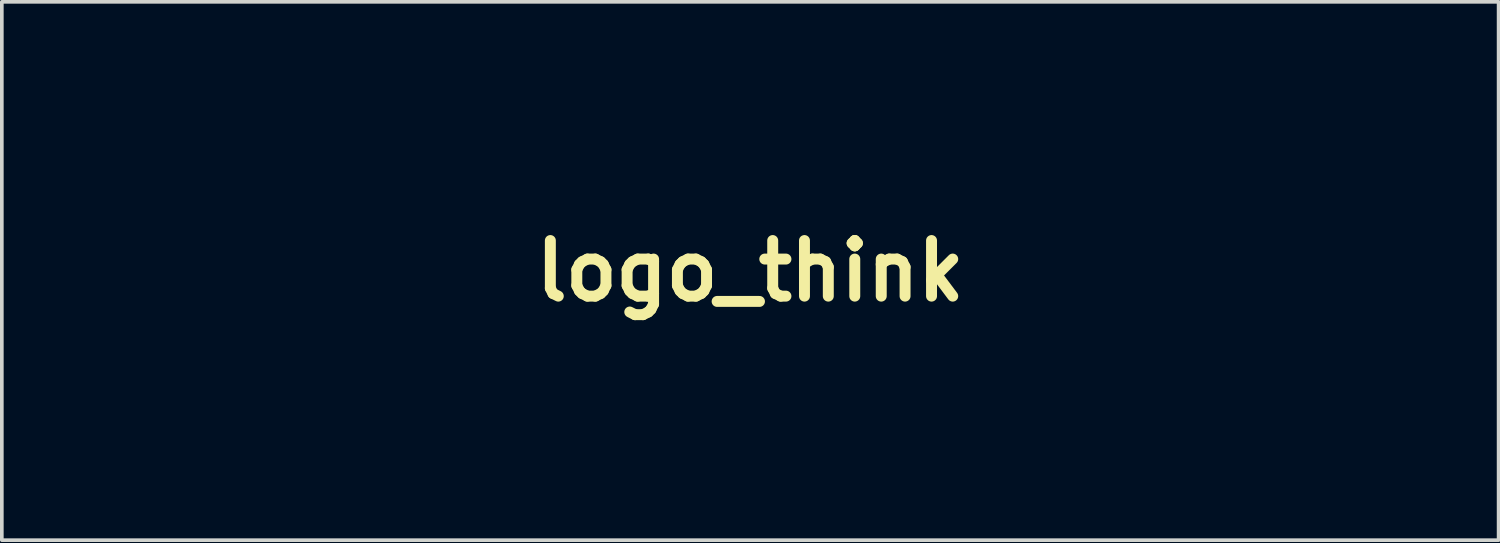
<source format=kicad_pcb>
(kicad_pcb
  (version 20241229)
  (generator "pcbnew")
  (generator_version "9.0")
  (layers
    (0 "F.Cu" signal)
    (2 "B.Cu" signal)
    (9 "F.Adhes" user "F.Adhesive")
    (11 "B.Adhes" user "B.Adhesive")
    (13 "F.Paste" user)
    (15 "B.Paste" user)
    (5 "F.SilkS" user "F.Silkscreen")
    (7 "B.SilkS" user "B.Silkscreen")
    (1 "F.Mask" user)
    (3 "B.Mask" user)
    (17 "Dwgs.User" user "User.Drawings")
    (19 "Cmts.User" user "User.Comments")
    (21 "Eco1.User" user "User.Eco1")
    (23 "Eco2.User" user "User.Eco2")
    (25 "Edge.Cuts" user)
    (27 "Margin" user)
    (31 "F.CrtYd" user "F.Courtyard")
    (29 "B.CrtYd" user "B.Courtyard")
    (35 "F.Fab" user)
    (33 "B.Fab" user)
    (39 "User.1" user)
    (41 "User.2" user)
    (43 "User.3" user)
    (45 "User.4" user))
  (footprint "logo_think"
    (layer "F.Cu")
    (at 17.517 4.379)
    (property "Reference" "logo_think" (at 0 0 0) (layer "F.SilkS") (effects (font (size 1.524 1.524) (thickness 0.3))))
    (attr board_only exclude_from_pos_files exclude_from_bom)
    (fp_poly (pts (xy -7.839 1.817) (xy -7.861 1.839) (xy -7.883 1.817) (xy -7.861 1.796)) (stroke (width 0) (type solid)) (fill yes) (layer "F.Mask"))
    (fp_poly (pts (xy -7.839 3.569) (xy -7.861 3.591) (xy -7.883 3.569) (xy -7.861 3.547)) (stroke (width 0) (type solid)) (fill yes) (layer "F.Mask"))
    (fp_poly (pts (xy -7.007 1.817) (xy -7.029 1.839) (xy -7.051 1.817) (xy -7.029 1.796)) (stroke (width 0) (type solid)) (fill yes) (layer "F.Mask"))
    (fp_poly (pts (xy -7.007 3.569) (xy -7.029 3.591) (xy -7.051 3.569) (xy -7.029 3.547)) (stroke (width 0) (type solid)) (fill yes) (layer "F.Mask"))
    (fp_poly (pts (xy -8.291 2.511) (xy -8.298 2.537) (xy -8.321 2.54) (xy -8.357 2.524) (xy -8.35 2.511) (xy -8.298 2.506)) (stroke (width 0) (type solid)) (fill yes) (layer "F.Mask"))
    (fp_poly (pts (xy -6.54 2.511) (xy -6.546 2.537) (xy -6.569 2.54) (xy -6.605 2.524) (xy -6.598 2.511) (xy -6.546 2.506)) (stroke (width 0) (type solid)) (fill yes) (layer "F.Mask"))
    (fp_poly (pts (xy -14.551 -1.472) (xy -14.547 -1.417) (xy -14.598 -1.341) (xy -14.642 -1.321) (xy -14.703 -1.331) (xy -14.707 -1.386) (xy -14.656 -1.461) (xy -14.611 -1.481)) (stroke (width 0) (type solid)) (fill yes) (layer "F.Mask"))
    (fp_poly (pts (xy -3.961 3.356) (xy -3.95 3.416) (xy -3.991 3.474) (xy -4.04 3.495) (xy -4.103 3.479) (xy -4.117 3.419) (xy -4.088 3.344) (xy -4.026 3.328)) (stroke (width 0) (type solid)) (fill yes) (layer "F.Mask"))
    (fp_poly (pts (xy -2.596 3.365) (xy -2.584 3.416) (xy -2.615 3.486) (xy -2.681 3.502) (xy -2.737 3.46) (xy -2.743 3.386) (xy -2.686 3.335) (xy -2.647 3.328)) (stroke (width 0) (type solid)) (fill yes) (layer "F.Mask"))
    (fp_poly (pts (xy -1.369 -3.311) (xy -1.365 -3.256) (xy -1.416 -3.181) (xy -1.461 -3.161) (xy -1.521 -3.17) (xy -1.525 -3.225) (xy -1.474 -3.301) (xy -1.43 -3.321)) (stroke (width 0) (type solid)) (fill yes) (layer "F.Mask"))
    (fp_poly (pts (xy -0.075 -0.608) (xy -0.072 -0.55) (xy -0.117 -0.499) (xy -0.146 -0.489) (xy -0.207 -0.498) (xy -0.211 -0.554) (xy -0.169 -0.622) (xy -0.131 -0.635)) (stroke (width 0) (type solid)) (fill yes) (layer "F.Mask"))
    (fp_poly (pts (xy 8.671 1.574) (xy 9.405 1.586) (xy 10.138 1.598) (xy 10.152 1.785) (xy 10.165 1.971) (xy 8.277 1.971) (xy 8.277 0.131) (xy 8.671 0.131)) (stroke (width 0) (type solid)) (fill yes) (layer "F.Mask"))
    (fp_poly (pts (xy 17.517 4.379) (xy -17.517 4.379) (xy -17.517 4.204) (xy -17.386 4.204) (xy 17.342 4.204) (xy 17.342 -4.248) (xy -17.386 -4.248) (xy -17.386 4.204) (xy -17.517 4.204) (xy -17.517 -4.379) (xy 17.517 -4.379)) (stroke (width 0) (type solid)) (fill yes) (layer "F.Mask"))
    (fp_poly (pts (xy -8.251 -3.454) (xy -8.237 -3.423) (xy -8.252 -3.346) (xy -8.284 -3.235) (xy -8.327 -3.125) (xy -8.37 -3.069) (xy -8.401 -3.076) (xy -8.408 -3.126) (xy -8.395 -3.261) (xy -8.361 -3.379) (xy -8.316 -3.45) (xy -8.293 -3.46)) (stroke (width 0) (type solid)) (fill yes) (layer "F.Mask"))
    (fp_poly (pts (xy -3.324 3.337) (xy -3.138 3.347) (xy -3.024 3.362) (xy -2.969 3.386) (xy -2.956 3.416) (xy -2.973 3.449) (xy -3.035 3.471) (xy -3.156 3.486) (xy -3.336 3.494) (xy -3.551 3.495) (xy -3.69 3.482) (xy -3.746 3.457) (xy -3.757 3.397) (xy -3.698 3.357) (xy -3.563 3.338) (xy -3.348 3.337)) (stroke (width 0) (type solid)) (fill yes) (layer "F.Mask"))
    (fp_poly (pts (xy 5.343 -1.621) (xy 5.332 -1.516) (xy 5.292 -1.448) (xy 5.206 -1.412) (xy 5.062 -1.401) (xy 4.864 -1.408) (xy 4.598 -1.423) (xy 4.598 -0.69) (xy 4.598 0.044) (xy 4.204 0.044) (xy 4.204 -1.398) (xy 3.843 -1.411) (xy 3.482 -1.423) (xy 3.468 -1.609) (xy 3.455 -1.796) (xy 5.343 -1.796)) (stroke (width 0) (type solid)) (fill yes) (layer "F.Mask"))
    (fp_poly (pts (xy -3.113 1.973) (xy -3.094 2.049) (xy -3.114 2.182) (xy -3.173 2.38) (xy -3.273 2.648) (xy -3.291 2.693) (xy -3.399 2.943) (xy -3.49 3.11) (xy -3.564 3.193) (xy -3.623 3.194) (xy -3.661 3.135) (xy -3.656 3.07) (xy -3.622 2.942) (xy -3.565 2.767) (xy -3.49 2.563) (xy -3.469 2.507) (xy -3.374 2.272) (xy -3.302 2.11) (xy -3.246 2.009) (xy -3.2 1.959) (xy -3.169 1.949)) (stroke (width 0) (type solid)) (fill yes) (layer "F.Mask"))
    (fp_poly (pts (xy -14.597 -1.206) (xy -14.583 -1.166) (xy -14.591 -1.092) (xy -14.611 -0.965) (xy -14.627 -0.874) (xy -14.649 -0.721) (xy -14.642 -0.636) (xy -14.622 -0.61) (xy -14.594 -0.553) (xy -14.602 -0.53) (xy -14.662 -0.489) (xy -14.741 -0.486) (xy -14.796 -0.519) (xy -14.802 -0.541) (xy -14.794 -0.616) (xy -14.774 -0.743) (xy -14.758 -0.834) (xy -14.736 -0.981) (xy -14.741 -1.065) (xy -14.769 -1.103) (xy -14.798 -1.142) (xy -14.758 -1.182) (xy -14.661 -1.222)) (stroke (width 0) (type solid)) (fill yes) (layer "F.Mask"))
    (fp_poly (pts (xy -1.415 -3.046) (xy -1.401 -3.006) (xy -1.409 -2.931) (xy -1.429 -2.804) (xy -1.446 -2.713) (xy -1.467 -2.561) (xy -1.46 -2.476) (xy -1.44 -2.449) (xy -1.412 -2.392) (xy -1.42 -2.37) (xy -1.481 -2.329) (xy -1.559 -2.325) (xy -1.614 -2.358) (xy -1.62 -2.381) (xy -1.613 -2.456) (xy -1.593 -2.582) (xy -1.576 -2.674) (xy -1.554 -2.821) (xy -1.559 -2.905) (xy -1.587 -2.942) (xy -1.617 -2.982) (xy -1.577 -3.021) (xy -1.48 -3.062)) (stroke (width 0) (type solid)) (fill yes) (layer "F.Mask"))
    (fp_poly (pts (xy 12.919 0.813) (xy 13.281 1.495) (xy 13.443 1.196) (xy 13.541 1.016) (xy 13.659 0.798) (xy 13.777 0.58) (xy 13.812 0.515) (xy 14.018 0.131) (xy 14.408 0.131) (xy 14.408 1.971) (xy 14.017 1.971) (xy 14.004 1.456) (xy 13.992 0.942) (xy 13.73 1.456) (xy 13.468 1.971) (xy 13.095 1.971) (xy 12.834 1.456) (xy 12.573 0.942) (xy 12.571 1.828) (xy 12.569 2.715) (xy 12.174 2.715) (xy 12.174 0.131) (xy 12.558 0.131)) (stroke (width 0) (type solid)) (fill yes) (layer "F.Mask"))
    (fp_poly (pts (xy 13.478 -1.347) (xy 13.466 0.022) (xy 13.285 0.035) (xy 13.103 0.048) (xy 12.562 -0.577) (xy 12.021 -1.202) (xy 12.009 -0.207) (xy 11.998 0.788) (xy 11.831 0.788) (xy 11.715 0.781) (xy 11.641 0.764) (xy 11.634 0.759) (xy 11.627 0.709) (xy 11.62 0.583) (xy 11.614 0.392) (xy 11.61 0.148) (xy 11.607 -0.14) (xy 11.605 -0.459) (xy 11.605 -0.533) (xy 11.605 -1.796) (xy 11.813 -1.793) (xy 12.021 -1.79) (xy 13.072 -0.552) (xy 13.084 -1.633) (xy 13.096 -2.715) (xy 13.49 -2.715)) (stroke (width 0) (type solid)) (fill yes) (layer "F.Mask"))
    (fp_poly (pts (xy -13.738 0.896) (xy -13.732 0.901) (xy -13.67 1.015) (xy -13.691 1.142) (xy -13.771 1.25) (xy -13.903 1.338) (xy -14.038 1.349) (xy -14.154 1.284) (xy -14.16 1.278) (xy -14.206 1.196) (xy -14.087 1.196) (xy -14.036 1.262) (xy -13.949 1.26) (xy -13.864 1.201) (xy -13.807 1.107) (xy -13.799 1.007) (xy -13.839 0.941) (xy -13.93 0.93) (xy -14.022 0.978) (xy -14.082 1.067) (xy -14.084 1.073) (xy -14.087 1.196) (xy -14.206 1.196) (xy -14.225 1.162) (xy -14.207 1.045) (xy -14.125 0.94) (xy -13.994 0.853) (xy -13.856 0.838)) (stroke (width 0) (type solid)) (fill yes) (layer "F.Mask"))
    (fp_poly (pts (xy -15.157 -3.005) (xy -15.152 -2.973) (xy -15.171 -2.905) (xy -15.239 -2.903) (xy -15.243 -2.904) (xy -15.331 -2.885) (xy -15.414 -2.795) (xy -15.482 -2.648) (xy -15.52 -2.493) (xy -15.556 -2.367) (xy -15.611 -2.321) (xy -15.618 -2.321) (xy -15.664 -2.339) (xy -15.67 -2.406) (xy -15.66 -2.463) (xy -15.62 -2.679) (xy -15.6 -2.822) (xy -15.601 -2.903) (xy -15.621 -2.933) (xy -15.629 -2.934) (xy -15.675 -2.956) (xy -15.66 -3.003) (xy -15.602 -3.041) (xy -15.513 -3.035) (xy -15.477 -3.002) (xy -15.43 -2.956) (xy -15.384 -2.985) (xy -15.372 -2.999) (xy -15.289 -3.058) (xy -15.207 -3.059)) (stroke (width 0) (type solid)) (fill yes) (layer "F.Mask"))
    (fp_poly (pts (xy -12.442 2.512) (xy -12.437 2.545) (xy -12.455 2.613) (xy -12.524 2.615) (xy -12.528 2.614) (xy -12.616 2.633) (xy -12.699 2.723) (xy -12.767 2.87) (xy -12.805 3.025) (xy -12.841 3.151) (xy -12.896 3.197) (xy -12.903 3.197) (xy -12.949 3.179) (xy -12.955 3.112) (xy -12.945 3.055) (xy -12.905 2.839) (xy -12.885 2.696) (xy -12.886 2.615) (xy -12.906 2.585) (xy -12.913 2.584) (xy -12.96 2.562) (xy -12.945 2.515) (xy -12.887 2.477) (xy -12.798 2.483) (xy -12.762 2.516) (xy -12.715 2.562) (xy -12.669 2.533) (xy -12.657 2.519) (xy -12.573 2.459) (xy -12.492 2.459)) (stroke (width 0) (type solid)) (fill yes) (layer "F.Mask"))
    (fp_poly (pts (xy -5.61 -3.005) (xy -5.606 -2.973) (xy -5.624 -2.905) (xy -5.692 -2.903) (xy -5.696 -2.904) (xy -5.784 -2.885) (xy -5.867 -2.795) (xy -5.935 -2.648) (xy -5.973 -2.493) (xy -6.009 -2.367) (xy -6.064 -2.321) (xy -6.071 -2.321) (xy -6.117 -2.339) (xy -6.123 -2.406) (xy -6.113 -2.463) (xy -6.073 -2.679) (xy -6.053 -2.822) (xy -6.054 -2.903) (xy -6.074 -2.933) (xy -6.082 -2.934) (xy -6.128 -2.956) (xy -6.113 -3.003) (xy -6.056 -3.041) (xy -5.966 -3.035) (xy -5.93 -3.002) (xy -5.883 -2.956) (xy -5.837 -2.985) (xy -5.825 -2.999) (xy -5.742 -3.058) (xy -5.66 -3.059)) (stroke (width 0) (type solid)) (fill yes) (layer "F.Mask"))
    (fp_poly (pts (xy -3.815 0.673) (xy -3.81 0.706) (xy -3.828 0.774) (xy -3.897 0.776) (xy -3.9 0.775) (xy -3.988 0.793) (xy -4.072 0.884) (xy -4.14 1.03) (xy -4.178 1.186) (xy -4.213 1.312) (xy -4.269 1.357) (xy -4.276 1.358) (xy -4.322 1.34) (xy -4.328 1.273) (xy -4.318 1.215) (xy -4.277 0.999) (xy -4.258 0.857) (xy -4.258 0.776) (xy -4.279 0.746) (xy -4.286 0.744) (xy -4.333 0.722) (xy -4.318 0.675) (xy -4.26 0.637) (xy -4.171 0.644) (xy -4.134 0.677) (xy -4.087 0.723) (xy -4.041 0.693) (xy -4.029 0.679) (xy -3.946 0.62) (xy -3.865 0.619)) (stroke (width 0) (type solid)) (fill yes) (layer "F.Mask"))
    (fp_poly (pts (xy -3.201 -1.166) (xy -3.197 -1.134) (xy -3.215 -1.066) (xy -3.284 -1.064) (xy -3.287 -1.064) (xy -3.375 -1.046) (xy -3.459 -0.956) (xy -3.527 -0.809) (xy -3.565 -0.654) (xy -3.6 -0.528) (xy -3.656 -0.482) (xy -3.663 -0.482) (xy -3.709 -0.499) (xy -3.714 -0.567) (xy -3.705 -0.624) (xy -3.664 -0.84) (xy -3.645 -0.983) (xy -3.645 -1.063) (xy -3.665 -1.094) (xy -3.673 -1.095) (xy -3.72 -1.117) (xy -3.705 -1.164) (xy -3.647 -1.202) (xy -3.558 -1.195) (xy -3.521 -1.162) (xy -3.474 -1.117) (xy -3.428 -1.146) (xy -3.416 -1.16) (xy -3.333 -1.219) (xy -3.251 -1.22)) (stroke (width 0) (type solid)) (fill yes) (layer "F.Mask"))
    (fp_poly (pts (xy -2.415 -3.037) (xy -2.336 -2.963) (xy -2.321 -2.903) (xy -2.348 -2.852) (xy -2.409 -2.86) (xy -2.473 -2.918) (xy -2.55 -2.971) (xy -2.634 -2.953) (xy -2.714 -2.877) (xy -2.774 -2.758) (xy -2.802 -2.608) (xy -2.803 -2.583) (xy -2.784 -2.481) (xy -2.715 -2.433) (xy -2.697 -2.428) (xy -2.578 -2.425) (xy -2.503 -2.449) (xy -2.407 -2.491) (xy -2.377 -2.484) (xy -2.418 -2.432) (xy -2.446 -2.407) (xy -2.572 -2.342) (xy -2.713 -2.322) (xy -2.829 -2.355) (xy -2.886 -2.416) (xy -2.93 -2.487) (xy -2.959 -2.626) (xy -2.921 -2.776) (xy -2.833 -2.914) (xy -2.709 -3.017) (xy -2.564 -3.065) (xy -2.543 -3.066)) (stroke (width 0) (type solid)) (fill yes) (layer "F.Mask"))
    (fp_poly (pts (xy -15.239 2.465) (xy -15.121 2.532) (xy -15.043 2.651) (xy -15.021 2.785) (xy -15.06 2.948) (xy -15.162 3.079) (xy -15.306 3.166) (xy -15.469 3.197) (xy -15.631 3.157) (xy -15.648 3.148) (xy -15.747 3.044) (xy -15.781 2.898) (xy -15.777 2.88) (xy -15.634 2.88) (xy -15.605 3.02) (xy -15.527 3.095) (xy -15.417 3.1) (xy -15.291 3.03) (xy -15.26 3.002) (xy -15.185 2.897) (xy -15.152 2.79) (xy -15.152 2.786) (xy -15.184 2.666) (xy -15.262 2.574) (xy -15.355 2.54) (xy -15.449 2.577) (xy -15.543 2.669) (xy -15.613 2.785) (xy -15.634 2.88) (xy -15.777 2.88) (xy -15.748 2.741) (xy -15.65 2.588) (xy -15.521 2.492) (xy -15.378 2.451)) (stroke (width 0) (type solid)) (fill yes) (layer "F.Mask"))
    (fp_poly (pts (xy -13.706 -3.053) (xy -13.588 -2.986) (xy -13.51 -2.867) (xy -13.488 -2.733) (xy -13.527 -2.57) (xy -13.629 -2.439) (xy -13.773 -2.352) (xy -13.937 -2.321) (xy -14.098 -2.36) (xy -14.115 -2.37) (xy -14.215 -2.474) (xy -14.249 -2.62) (xy -14.245 -2.638) (xy -14.101 -2.638) (xy -14.072 -2.498) (xy -13.994 -2.423) (xy -13.884 -2.418) (xy -13.758 -2.488) (xy -13.727 -2.516) (xy -13.653 -2.621) (xy -13.62 -2.728) (xy -13.62 -2.732) (xy -13.651 -2.852) (xy -13.73 -2.944) (xy -13.822 -2.978) (xy -13.916 -2.941) (xy -14.01 -2.849) (xy -14.08 -2.733) (xy -14.101 -2.638) (xy -14.245 -2.638) (xy -14.215 -2.777) (xy -14.118 -2.93) (xy -13.988 -3.026) (xy -13.845 -3.067)) (stroke (width 0) (type solid)) (fill yes) (layer "F.Mask"))
    (fp_poly (pts (xy -8.538 -1.214) (xy -8.421 -1.147) (xy -8.343 -1.028) (xy -8.321 -0.893) (xy -8.36 -0.731) (xy -8.462 -0.599) (xy -8.606 -0.512) (xy -8.769 -0.482) (xy -8.93 -0.521) (xy -8.947 -0.53) (xy -9.047 -0.635) (xy -9.081 -0.781) (xy -9.077 -0.799) (xy -8.934 -0.799) (xy -8.904 -0.659) (xy -8.827 -0.584) (xy -8.717 -0.578) (xy -8.59 -0.648) (xy -8.56 -0.677) (xy -8.485 -0.782) (xy -8.452 -0.888) (xy -8.452 -0.893) (xy -8.484 -1.013) (xy -8.562 -1.105) (xy -8.654 -1.139) (xy -8.749 -1.101) (xy -8.843 -1.01) (xy -8.912 -0.893) (xy -8.934 -0.799) (xy -9.077 -0.799) (xy -9.048 -0.938) (xy -8.95 -1.091) (xy -8.821 -1.187) (xy -8.678 -1.227)) (stroke (width 0) (type solid)) (fill yes) (layer "F.Mask"))
    (fp_poly (pts (xy -5.517 0.626) (xy -5.399 0.692) (xy -5.321 0.812) (xy -5.299 0.946) (xy -5.338 1.109) (xy -5.44 1.24) (xy -5.584 1.327) (xy -5.747 1.357) (xy -5.909 1.318) (xy -5.925 1.309) (xy -6.025 1.205) (xy -6.059 1.059) (xy -6.055 1.04) (xy -5.912 1.04) (xy -5.883 1.18) (xy -5.805 1.256) (xy -5.695 1.261) (xy -5.569 1.191) (xy -5.538 1.163) (xy -5.463 1.058) (xy -5.43 0.951) (xy -5.43 0.947) (xy -5.462 0.827) (xy -5.54 0.735) (xy -5.633 0.701) (xy -5.727 0.738) (xy -5.821 0.829) (xy -5.89 0.946) (xy -5.912 1.04) (xy -6.055 1.04) (xy -6.026 0.901) (xy -5.928 0.749) (xy -5.799 0.653) (xy -5.656 0.612)) (stroke (width 0) (type solid)) (fill yes) (layer "F.Mask"))
    (fp_poly (pts (xy -5.035 -3.053) (xy -4.917 -2.986) (xy -4.839 -2.867) (xy -4.817 -2.733) (xy -4.856 -2.57) (xy -4.958 -2.439) (xy -5.102 -2.352) (xy -5.266 -2.321) (xy -5.427 -2.36) (xy -5.444 -2.37) (xy -5.544 -2.474) (xy -5.578 -2.62) (xy -5.574 -2.638) (xy -5.43 -2.638) (xy -5.401 -2.498) (xy -5.323 -2.423) (xy -5.213 -2.418) (xy -5.087 -2.488) (xy -5.056 -2.516) (xy -4.982 -2.621) (xy -4.949 -2.728) (xy -4.949 -2.732) (xy -4.98 -2.852) (xy -5.059 -2.944) (xy -5.151 -2.978) (xy -5.245 -2.941) (xy -5.339 -2.849) (xy -5.409 -2.733) (xy -5.43 -2.638) (xy -5.574 -2.638) (xy -5.544 -2.777) (xy -5.447 -2.93) (xy -5.317 -3.026) (xy -5.174 -3.067)) (stroke (width 0) (type solid)) (fill yes) (layer "F.Mask"))
    (fp_poly (pts (xy -1.75 -1.19) (xy -1.718 -1.096) (xy -1.72 -0.966) (xy -1.755 -0.819) (xy -1.821 -0.679) (xy -1.867 -0.614) (xy -1.977 -0.524) (xy -2.1 -0.481) (xy -2.208 -0.491) (xy -2.264 -0.536) (xy -2.282 -0.606) (xy -2.295 -0.735) (xy -2.299 -0.887) (xy -2.295 -1.05) (xy -2.281 -1.145) (xy -2.251 -1.193) (xy -2.219 -1.209) (xy -2.153 -1.222) (xy -2.12 -1.198) (xy -2.115 -1.122) (xy -2.135 -0.981) (xy -2.145 -0.923) (xy -2.167 -0.776) (xy -2.174 -0.662) (xy -2.167 -0.612) (xy -2.101 -0.571) (xy -2.011 -0.605) (xy -1.926 -0.69) (xy -1.866 -0.786) (xy -1.846 -0.894) (xy -1.855 -1.018) (xy -1.864 -1.149) (xy -1.849 -1.213) (xy -1.818 -1.226)) (stroke (width 0) (type solid)) (fill yes) (layer "F.Mask"))
    (fp_poly (pts (xy -0.743 -3.053) (xy -0.626 -2.986) (xy -0.548 -2.867) (xy -0.526 -2.733) (xy -0.564 -2.57) (xy -0.667 -2.439) (xy -0.81 -2.352) (xy -0.974 -2.321) (xy -1.135 -2.36) (xy -1.152 -2.37) (xy -1.252 -2.474) (xy -1.286 -2.62) (xy -1.282 -2.638) (xy -1.139 -2.638) (xy -1.109 -2.498) (xy -1.032 -2.423) (xy -0.922 -2.418) (xy -0.795 -2.488) (xy -0.764 -2.516) (xy -0.69 -2.621) (xy -0.657 -2.728) (xy -0.657 -2.732) (xy -0.689 -2.852) (xy -0.767 -2.944) (xy -0.859 -2.978) (xy -0.953 -2.941) (xy -1.047 -2.849) (xy -1.117 -2.733) (xy -1.139 -2.638) (xy -1.282 -2.638) (xy -1.252 -2.777) (xy -1.155 -2.93) (xy -1.026 -3.026) (xy -0.882 -3.067)) (stroke (width 0) (type solid)) (fill yes) (layer "F.Mask"))
    (fp_poly (pts (xy -7.805 -3) (xy -7.779 -2.969) (xy -7.752 -2.89) (xy -7.785 -2.86) (xy -7.858 -2.892) (xy -7.881 -2.911) (xy -7.969 -2.96) (xy -8.034 -2.963) (xy -8.097 -2.91) (xy -8.083 -2.838) (xy -8 -2.761) (xy -7.938 -2.726) (xy -7.813 -2.644) (xy -7.76 -2.555) (xy -7.783 -2.454) (xy -7.869 -2.376) (xy -7.993 -2.332) (xy -8.132 -2.329) (xy -8.244 -2.368) (xy -8.305 -2.431) (xy -8.317 -2.498) (xy -8.278 -2.538) (xy -8.26 -2.54) (xy -8.184 -2.509) (xy -8.146 -2.474) (xy -8.055 -2.413) (xy -7.963 -2.437) (xy -7.932 -2.467) (xy -7.918 -2.516) (xy -7.963 -2.572) (xy -8.047 -2.632) (xy -8.177 -2.743) (xy -8.222 -2.855) (xy -8.182 -2.962) (xy -8.151 -2.995) (xy -8.039 -3.05) (xy -7.911 -3.051)) (stroke (width 0) (type solid)) (fill yes) (layer "F.Mask"))
    (fp_poly (pts (xy -7.192 -1.16) (xy -7.166 -1.13) (xy -7.139 -1.05) (xy -7.172 -1.021) (xy -7.245 -1.053) (xy -7.268 -1.071) (xy -7.356 -1.121) (xy -7.421 -1.123) (xy -7.484 -1.07) (xy -7.47 -0.998) (xy -7.387 -0.921) (xy -7.324 -0.887) (xy -7.2 -0.805) (xy -7.147 -0.716) (xy -7.17 -0.615) (xy -7.256 -0.537) (xy -7.38 -0.492) (xy -7.518 -0.49) (xy -7.631 -0.529) (xy -7.692 -0.591) (xy -7.704 -0.659) (xy -7.665 -0.699) (xy -7.647 -0.701) (xy -7.571 -0.67) (xy -7.532 -0.635) (xy -7.442 -0.574) (xy -7.35 -0.598) (xy -7.319 -0.628) (xy -7.305 -0.676) (xy -7.35 -0.733) (xy -7.434 -0.792) (xy -7.564 -0.904) (xy -7.609 -1.016) (xy -7.569 -1.123) (xy -7.538 -1.155) (xy -7.426 -1.211) (xy -7.298 -1.211)) (stroke (width 0) (type solid)) (fill yes) (layer "F.Mask"))
    (fp_poly (pts (xy -7.877 -1.43) (xy -7.869 -1.353) (xy -7.872 -1.336) (xy -7.872 -1.251) (xy -7.822 -1.226) (xy -7.822 -1.226) (xy -7.761 -1.204) (xy -7.751 -1.182) (xy -7.788 -1.146) (xy -7.833 -1.139) (xy -7.888 -1.119) (xy -7.922 -1.046) (xy -7.942 -0.935) (xy -7.964 -0.77) (xy -7.967 -0.674) (xy -7.949 -0.633) (xy -7.904 -0.629) (xy -7.861 -0.639) (xy -7.772 -0.652) (xy -7.76 -0.63) (xy -7.822 -0.581) (xy -7.881 -0.549) (xy -8.025 -0.489) (xy -8.111 -0.489) (xy -8.136 -0.55) (xy -8.131 -0.58) (xy -8.111 -0.681) (xy -8.088 -0.826) (xy -8.077 -0.909) (xy -8.064 -1.048) (xy -8.072 -1.119) (xy -8.106 -1.14) (xy -8.107 -1.14) (xy -8.128 -1.16) (xy -8.075 -1.216) (xy -7.995 -1.302) (xy -7.956 -1.369) (xy -7.913 -1.438)) (stroke (width 0) (type solid)) (fill yes) (layer "F.Mask"))
    (fp_poly (pts (xy -1.921 -3.27) (xy -1.913 -3.193) (xy -1.916 -3.175) (xy -1.916 -3.09) (xy -1.867 -3.066) (xy -1.866 -3.066) (xy -1.805 -3.043) (xy -1.796 -3.022) (xy -1.832 -2.985) (xy -1.877 -2.978) (xy -1.932 -2.958) (xy -1.966 -2.885) (xy -1.987 -2.775) (xy -2.008 -2.609) (xy -2.011 -2.514) (xy -1.993 -2.472) (xy -1.948 -2.469) (xy -1.905 -2.478) (xy -1.816 -2.491) (xy -1.804 -2.469) (xy -1.866 -2.42) (xy -1.925 -2.388) (xy -2.07 -2.328) (xy -2.156 -2.329) (xy -2.18 -2.389) (xy -2.175 -2.42) (xy -2.155 -2.52) (xy -2.132 -2.665) (xy -2.121 -2.748) (xy -2.108 -2.887) (xy -2.117 -2.958) (xy -2.15 -2.979) (xy -2.151 -2.979) (xy -2.172 -2.999) (xy -2.119 -3.056) (xy -2.039 -3.141) (xy -2 -3.208) (xy -1.957 -3.278)) (stroke (width 0) (type solid)) (fill yes) (layer "F.Mask"))
    (fp_poly (pts (xy 9.372 -1.684) (xy 9.371 -1.352) (xy 9.369 -1.095) (xy 9.364 -0.902) (xy 9.355 -0.759) (xy 9.343 -0.656) (xy 9.325 -0.579) (xy 9.301 -0.517) (xy 9.288 -0.491) (xy 9.121 -0.253) (xy 8.908 -0.082) (xy 8.66 0.016) (xy 8.39 0.035) (xy 8.13 -0.02) (xy 7.904 -0.145) (xy 7.716 -0.335) (xy 7.615 -0.504) (xy 7.579 -0.599) (xy 7.555 -0.714) (xy 7.541 -0.868) (xy 7.534 -1.078) (xy 7.533 -1.237) (xy 7.532 -1.796) (xy 7.927 -1.796) (xy 7.927 -1.268) (xy 7.93 -1.004) (xy 7.943 -0.814) (xy 7.966 -0.683) (xy 7.993 -0.612) (xy 8.112 -0.469) (xy 8.276 -0.382) (xy 8.464 -0.354) (xy 8.652 -0.387) (xy 8.817 -0.483) (xy 8.856 -0.522) (xy 8.978 -0.658) (xy 8.978 -2.715) (xy 9.372 -2.715)) (stroke (width 0) (type solid)) (fill yes) (layer "F.Mask"))
    (fp_poly (pts (xy -3.564 1.979) (xy -3.561 1.982) (xy -3.538 2.022) (xy -3.538 2.088) (xy -3.564 2.195) (xy -3.618 2.361) (xy -3.651 2.454) (xy -3.747 2.719) (xy -3.819 2.912) (xy -3.875 3.045) (xy -3.92 3.129) (xy -3.961 3.174) (xy -4.002 3.193) (xy -4.043 3.197) (xy -4.144 3.176) (xy -4.194 3.142) (xy -4.225 3.082) (xy -4.278 2.956) (xy -4.345 2.784) (xy -4.42 2.583) (xy -4.425 2.57) (xy -4.502 2.354) (xy -4.551 2.204) (xy -4.575 2.106) (xy -4.577 2.044) (xy -4.56 2.003) (xy -4.542 1.983) (xy -4.484 1.943) (xy -4.429 1.954) (xy -4.373 2.023) (xy -4.31 2.159) (xy -4.234 2.369) (xy -4.203 2.462) (xy -4.056 2.911) (xy -3.902 2.442) (xy -3.819 2.206) (xy -3.749 2.048) (xy -3.686 1.963) (xy -3.626 1.942)) (stroke (width 0) (type solid)) (fill yes) (layer "F.Mask"))
    (fp_poly (pts (xy 11.188 0.093) (xy 11.204 0.131) (xy 11.235 0.202) (xy 11.299 0.339) (xy 11.388 0.527) (xy 11.496 0.755) (xy 11.618 1.009) (xy 11.665 1.106) (xy 12.083 1.971) (xy 11.855 1.971) (xy 11.627 1.971) (xy 11.411 1.5) (xy 11.325 1.313) (xy 11.25 1.156) (xy 11.196 1.045) (xy 11.17 0.998) (xy 11.143 1.023) (xy 11.087 1.114) (xy 11.011 1.257) (xy 10.922 1.439) (xy 10.908 1.469) (xy 10.671 1.971) (xy 10.459 1.971) (xy 10.337 1.965) (xy 10.26 1.952) (xy 10.248 1.943) (xy 10.265 1.898) (xy 10.315 1.789) (xy 10.389 1.627) (xy 10.482 1.427) (xy 10.588 1.203) (xy 10.699 0.968) (xy 10.81 0.735) (xy 10.913 0.518) (xy 11.003 0.33) (xy 11.074 0.186) (xy 11.118 0.099) (xy 11.124 0.089) (xy 11.156 0.054)) (stroke (width 0) (type solid)) (fill yes) (layer "F.Mask"))
    (fp_poly (pts (xy 0.877 -1.576) (xy 0.966 -1.482) (xy 1.013 -1.334) (xy 1.02 -1.153) (xy 0.989 -0.958) (xy 0.923 -0.771) (xy 0.825 -0.613) (xy 0.748 -0.538) (xy 0.613 -0.484) (xy 0.464 -0.496) (xy 0.334 -0.57) (xy 0.31 -0.597) (xy 0.24 -0.749) (xy 0.226 -0.891) (xy 0.367 -0.891) (xy 0.377 -0.738) (xy 0.427 -0.628) (xy 0.455 -0.603) (xy 0.559 -0.573) (xy 0.666 -0.625) (xy 0.698 -0.654) (xy 0.784 -0.778) (xy 0.841 -0.935) (xy 0.869 -1.106) (xy 0.868 -1.271) (xy 0.838 -1.41) (xy 0.778 -1.504) (xy 0.702 -1.533) (xy 0.603 -1.493) (xy 0.514 -1.387) (xy 0.442 -1.237) (xy 0.391 -1.064) (xy 0.367 -0.891) (xy 0.226 -0.891) (xy 0.221 -0.946) (xy 0.254 -1.161) (xy 0.303 -1.297) (xy 0.418 -1.479) (xy 0.561 -1.588) (xy 0.721 -1.621)) (stroke (width 0) (type solid)) (fill yes) (layer "F.Mask"))
    (fp_poly (pts (xy -14.871 -3.044) (xy -14.867 -2.958) (xy -14.886 -2.801) (xy -14.893 -2.761) (xy -14.914 -2.576) (xy -14.903 -2.465) (xy -14.856 -2.418) (xy -14.771 -2.427) (xy -14.769 -2.427) (xy -14.692 -2.49) (xy -14.615 -2.618) (xy -14.55 -2.789) (xy -14.516 -2.923) (xy -14.477 -3.028) (xy -14.422 -3.066) (xy -14.376 -3.042) (xy -14.381 -2.961) (xy -14.382 -2.956) (xy -14.424 -2.755) (xy -14.442 -2.594) (xy -14.435 -2.489) (xy -14.404 -2.452) (xy -14.377 -2.436) (xy -14.42 -2.379) (xy -14.423 -2.376) (xy -14.485 -2.324) (xy -14.526 -2.337) (xy -14.558 -2.376) (xy -14.609 -2.428) (xy -14.653 -2.407) (xy -14.67 -2.387) (xy -14.759 -2.334) (xy -14.874 -2.324) (xy -14.976 -2.357) (xy -15.014 -2.398) (xy -15.039 -2.497) (xy -15.046 -2.639) (xy -15.036 -2.794) (xy -15.012 -2.932) (xy -14.977 -3.025) (xy -14.961 -3.042) (xy -14.901 -3.068)) (stroke (width 0) (type solid)) (fill yes) (layer "F.Mask"))
    (fp_poly (pts (xy -3.572 -3.044) (xy -3.568 -2.958) (xy -3.588 -2.801) (xy -3.594 -2.761) (xy -3.615 -2.576) (xy -3.604 -2.465) (xy -3.558 -2.418) (xy -3.472 -2.427) (xy -3.47 -2.427) (xy -3.394 -2.49) (xy -3.317 -2.618) (xy -3.251 -2.789) (xy -3.218 -2.923) (xy -3.178 -3.028) (xy -3.123 -3.066) (xy -3.077 -3.042) (xy -3.082 -2.961) (xy -3.084 -2.956) (xy -3.126 -2.755) (xy -3.144 -2.594) (xy -3.137 -2.489) (xy -3.106 -2.452) (xy -3.078 -2.436) (xy -3.121 -2.379) (xy -3.124 -2.376) (xy -3.186 -2.324) (xy -3.228 -2.337) (xy -3.259 -2.376) (xy -3.31 -2.428) (xy -3.354 -2.407) (xy -3.372 -2.387) (xy -3.461 -2.334) (xy -3.576 -2.324) (xy -3.677 -2.357) (xy -3.715 -2.398) (xy -3.74 -2.497) (xy -3.747 -2.639) (xy -3.737 -2.794) (xy -3.714 -2.932) (xy -3.679 -3.025) (xy -3.662 -3.042) (xy -3.603 -3.068)) (stroke (width 0) (type solid)) (fill yes) (layer "F.Mask"))
    (fp_poly (pts (xy -11.237 0.243) (xy -11.111 0.307) (xy -11.042 0.397) (xy -11.036 0.438) (xy -11.057 0.527) (xy -11.106 0.543) (xy -11.159 0.481) (xy -11.165 0.467) (xy -11.244 0.363) (xy -11.364 0.317) (xy -11.507 0.325) (xy -11.65 0.384) (xy -11.773 0.491) (xy -11.826 0.574) (xy -11.896 0.772) (xy -11.904 0.954) (xy -11.856 1.105) (xy -11.759 1.211) (xy -11.619 1.259) (xy -11.527 1.255) (xy -11.38 1.21) (xy -11.248 1.14) (xy -11.245 1.139) (xy -11.163 1.084) (xy -11.129 1.085) (xy -11.123 1.116) (xy -11.163 1.194) (xy -11.265 1.268) (xy -11.404 1.326) (xy -11.555 1.356) (xy -11.594 1.357) (xy -11.752 1.337) (xy -11.883 1.263) (xy -11.919 1.232) (xy -12.007 1.141) (xy -12.048 1.05) (xy -12.06 0.917) (xy -12.06 0.89) (xy -12.022 0.647) (xy -11.915 0.45) (xy -11.748 0.307) (xy -11.532 0.23) (xy -11.4 0.219)) (stroke (width 0) (type solid)) (fill yes) (layer "F.Mask"))
    (fp_poly (pts (xy -13.76 -1.203) (xy -13.721 -1.171) (xy -13.703 -1.102) (xy -13.69 -0.973) (xy -13.685 -0.821) (xy -13.689 -0.658) (xy -13.704 -0.563) (xy -13.734 -0.515) (xy -13.765 -0.499) (xy -13.84 -0.486) (xy -13.863 -0.492) (xy -13.865 -0.541) (xy -13.853 -0.651) (xy -13.833 -0.784) (xy -13.809 -0.969) (xy -13.821 -1.081) (xy -13.87 -1.129) (xy -13.961 -1.119) (xy -13.966 -1.118) (xy -14.068 -1.043) (xy -14.152 -0.897) (xy -14.209 -0.695) (xy -14.215 -0.661) (xy -14.248 -0.539) (xy -14.294 -0.483) (xy -14.304 -0.482) (xy -14.359 -0.503) (xy -14.364 -0.517) (xy -14.357 -0.577) (xy -14.337 -0.694) (xy -14.317 -0.808) (xy -14.293 -0.968) (xy -14.296 -1.059) (xy -14.319 -1.094) (xy -14.337 -1.138) (xy -14.296 -1.185) (xy -14.231 -1.221) (xy -14.179 -1.184) (xy -14.168 -1.169) (xy -14.118 -1.119) (xy -14.074 -1.142) (xy -14.058 -1.16) (xy -13.974 -1.209) (xy -13.861 -1.224)) (stroke (width 0) (type solid)) (fill yes) (layer "F.Mask"))
    (fp_poly (pts (xy -12.709 -3.043) (xy -12.67 -3.011) (xy -12.652 -2.941) (xy -12.639 -2.813) (xy -12.634 -2.66) (xy -12.638 -2.497) (xy -12.653 -2.402) (xy -12.683 -2.354) (xy -12.714 -2.338) (xy -12.789 -2.325) (xy -12.812 -2.331) (xy -12.814 -2.38) (xy -12.802 -2.49) (xy -12.782 -2.623) (xy -12.758 -2.808) (xy -12.77 -2.921) (xy -12.819 -2.968) (xy -12.91 -2.959) (xy -12.915 -2.957) (xy -13.016 -2.882) (xy -13.1 -2.736) (xy -13.158 -2.534) (xy -13.164 -2.501) (xy -13.197 -2.379) (xy -13.243 -2.323) (xy -13.253 -2.321) (xy -13.308 -2.342) (xy -13.313 -2.357) (xy -13.306 -2.416) (xy -13.286 -2.534) (xy -13.266 -2.648) (xy -13.242 -2.807) (xy -13.245 -2.899) (xy -13.268 -2.933) (xy -13.286 -2.977) (xy -13.245 -3.024) (xy -13.18 -3.06) (xy -13.128 -3.024) (xy -13.117 -3.009) (xy -13.067 -2.958) (xy -13.023 -2.981) (xy -13.007 -2.999) (xy -12.923 -3.049) (xy -12.81 -3.064)) (stroke (width 0) (type solid)) (fill yes) (layer "F.Mask"))
    (fp_poly (pts (xy -11.216 -3.452) (xy -11.172 -3.425) (xy -11.205 -3.376) (xy -11.231 -3.355) (xy -11.265 -3.293) (xy -11.303 -3.167) (xy -11.342 -3.004) (xy -11.376 -2.826) (xy -11.401 -2.658) (xy -11.413 -2.524) (xy -11.405 -2.449) (xy -11.404 -2.446) (xy -11.346 -2.423) (xy -11.23 -2.419) (xy -11.083 -2.432) (xy -10.932 -2.46) (xy -10.875 -2.475) (xy -10.806 -2.486) (xy -10.797 -2.441) (xy -10.803 -2.413) (xy -10.82 -2.371) (xy -10.856 -2.344) (xy -10.928 -2.329) (xy -11.052 -2.323) (xy -11.246 -2.321) (xy -11.265 -2.321) (xy -11.463 -2.322) (xy -11.586 -2.327) (xy -11.649 -2.339) (xy -11.664 -2.359) (xy -11.644 -2.392) (xy -11.643 -2.393) (xy -11.608 -2.468) (xy -11.57 -2.601) (xy -11.533 -2.769) (xy -11.501 -2.949) (xy -11.478 -3.119) (xy -11.467 -3.256) (xy -11.473 -3.338) (xy -11.478 -3.348) (xy -11.515 -3.411) (xy -11.476 -3.447) (xy -11.357 -3.46) (xy -11.342 -3.46)) (stroke (width 0) (type solid)) (fill yes) (layer "F.Mask"))
    (fp_poly (pts (xy -9.99 2.054) (xy -9.992 2.157) (xy -10.004 2.288) (xy -10.018 2.435) (xy -10.016 2.509) (xy -9.996 2.521) (xy -9.979 2.507) (xy -9.87 2.451) (xy -9.75 2.463) (xy -9.641 2.53) (xy -9.566 2.641) (xy -9.547 2.745) (xy -9.584 2.937) (xy -9.689 3.08) (xy -9.854 3.166) (xy -10.063 3.188) (xy -10.275 3.179) (xy -10.229 2.914) (xy -10.116 2.914) (xy -10.086 3.022) (xy -10.015 3.095) (xy -9.964 3.109) (xy -9.895 3.086) (xy -9.823 3.044) (xy -9.739 2.948) (xy -9.699 2.825) (xy -9.701 2.7) (xy -9.743 2.598) (xy -9.824 2.543) (xy -9.856 2.54) (xy -9.936 2.577) (xy -10.019 2.67) (xy -10.086 2.789) (xy -10.116 2.906) (xy -10.116 2.914) (xy -10.229 2.914) (xy -10.195 2.717) (xy -10.164 2.517) (xy -10.143 2.341) (xy -10.134 2.212) (xy -10.137 2.161) (xy -10.122 2.07) (xy -10.041 2.019) (xy -9.997 2.014)) (stroke (width 0) (type solid)) (fill yes) (layer "F.Mask"))
    (fp_poly (pts (xy -8.803 2.486) (xy -8.777 2.575) (xy -8.79 2.707) (xy -8.839 2.866) (xy -8.917 3.036) (xy -9.02 3.204) (xy -9.143 3.355) (xy -9.217 3.425) (xy -9.31 3.481) (xy -9.399 3.501) (xy -9.453 3.481) (xy -9.459 3.46) (xy -9.423 3.423) (xy -9.379 3.416) (xy -9.296 3.386) (xy -9.202 3.312) (xy -9.197 3.306) (xy -9.135 3.233) (xy -9.134 3.202) (xy -9.166 3.197) (xy -9.256 3.155) (xy -9.325 3.038) (xy -9.368 2.853) (xy -9.379 2.737) (xy -9.384 2.59) (xy -9.375 2.509) (xy -9.346 2.472) (xy -9.306 2.462) (xy -9.257 2.462) (xy -9.233 2.496) (xy -9.227 2.581) (xy -9.232 2.703) (xy -9.228 2.882) (xy -9.196 3.016) (xy -9.143 3.091) (xy -9.074 3.093) (xy -9.067 3.089) (xy -8.993 3.002) (xy -8.937 2.863) (xy -8.91 2.708) (xy -8.915 2.603) (xy -8.926 2.499) (xy -8.903 2.457) (xy -8.876 2.452)) (stroke (width 0) (type solid)) (fill yes) (layer "F.Mask"))
    (fp_poly (pts (xy -6.964 0.646) (xy -6.937 0.736) (xy -6.951 0.868) (xy -6.999 1.026) (xy -7.078 1.197) (xy -7.181 1.365) (xy -7.304 1.516) (xy -7.378 1.586) (xy -7.471 1.642) (xy -7.559 1.662) (xy -7.614 1.641) (xy -7.62 1.62) (xy -7.584 1.584) (xy -7.54 1.577) (xy -7.457 1.546) (xy -7.363 1.473) (xy -7.357 1.467) (xy -7.295 1.393) (xy -7.294 1.362) (xy -7.327 1.358) (xy -7.416 1.316) (xy -7.485 1.198) (xy -7.529 1.014) (xy -7.54 0.898) (xy -7.545 0.751) (xy -7.536 0.669) (xy -7.506 0.633) (xy -7.467 0.622) (xy -7.418 0.623) (xy -7.394 0.656) (xy -7.388 0.741) (xy -7.393 0.863) (xy -7.388 1.043) (xy -7.357 1.177) (xy -7.304 1.251) (xy -7.235 1.253) (xy -7.228 1.249) (xy -7.154 1.163) (xy -7.098 1.024) (xy -7.071 0.869) (xy -7.076 0.764) (xy -7.087 0.66) (xy -7.064 0.618) (xy -7.037 0.613)) (stroke (width 0) (type solid)) (fill yes) (layer "F.Mask"))
    (fp_poly (pts (xy -6.574 0.215) (xy -6.577 0.318) (xy -6.588 0.449) (xy -6.602 0.596) (xy -6.6 0.669) (xy -6.581 0.681) (xy -6.563 0.668) (xy -6.454 0.612) (xy -6.334 0.623) (xy -6.225 0.691) (xy -6.15 0.801) (xy -6.131 0.905) (xy -6.168 1.098) (xy -6.273 1.24) (xy -6.438 1.326) (xy -6.647 1.348) (xy -6.859 1.339) (xy -6.813 1.075) (xy -6.7 1.075) (xy -6.671 1.182) (xy -6.599 1.256) (xy -6.548 1.27) (xy -6.479 1.247) (xy -6.407 1.204) (xy -6.323 1.108) (xy -6.283 0.986) (xy -6.285 0.861) (xy -6.327 0.759) (xy -6.408 0.704) (xy -6.44 0.701) (xy -6.52 0.738) (xy -6.603 0.831) (xy -6.67 0.95) (xy -6.7 1.067) (xy -6.7 1.075) (xy -6.813 1.075) (xy -6.779 0.878) (xy -6.748 0.677) (xy -6.727 0.502) (xy -6.718 0.373) (xy -6.721 0.322) (xy -6.707 0.231) (xy -6.626 0.18) (xy -6.582 0.175)) (stroke (width 0) (type solid)) (fill yes) (layer "F.Mask"))
    (fp_poly (pts (xy 0.254 -3.043) (xy 0.293 -3.011) (xy 0.311 -2.941) (xy 0.324 -2.813) (xy 0.328 -2.66) (xy 0.325 -2.497) (xy 0.31 -2.402) (xy 0.28 -2.354) (xy 0.249 -2.338) (xy 0.174 -2.325) (xy 0.151 -2.331) (xy 0.149 -2.38) (xy 0.16 -2.49) (xy 0.181 -2.623) (xy 0.205 -2.808) (xy 0.193 -2.921) (xy 0.143 -2.968) (xy 0.052 -2.959) (xy 0.048 -2.957) (xy -0.054 -2.882) (xy -0.138 -2.736) (xy -0.196 -2.534) (xy -0.201 -2.501) (xy -0.235 -2.379) (xy -0.28 -2.323) (xy -0.29 -2.321) (xy -0.345 -2.342) (xy -0.35 -2.357) (xy -0.343 -2.416) (xy -0.324 -2.534) (xy -0.303 -2.648) (xy -0.28 -2.807) (xy -0.283 -2.899) (xy -0.305 -2.933) (xy -0.323 -2.977) (xy -0.282 -3.024) (xy -0.217 -3.06) (xy -0.166 -3.024) (xy -0.154 -3.009) (xy -0.105 -2.958) (xy -0.06 -2.981) (xy -0.044 -2.999) (xy 0.039 -3.049) (xy 0.153 -3.064)) (stroke (width 0) (type solid)) (fill yes) (layer "F.Mask"))
    (fp_poly (pts (xy -15.129 0.225) (xy -15.051 0.244) (xy -15.043 0.263) (xy -15.101 0.292) (xy -15.208 0.307) (xy -15.232 0.307) (xy -15.379 0.319) (xy -15.464 0.366) (xy -15.51 0.465) (xy -15.524 0.527) (xy -15.553 0.682) (xy -15.379 0.665) (xy -15.21 0.682) (xy -15.091 0.759) (xy -15.027 0.876) (xy -15.027 1.017) (xy -15.097 1.163) (xy -15.157 1.231) (xy -15.304 1.324) (xy -15.469 1.362) (xy -15.626 1.344) (xy -15.742 1.272) (xy -15.789 1.183) (xy -15.787 1.1) (xy -15.74 1.053) (xy -15.722 1.051) (xy -15.674 1.087) (xy -15.632 1.166) (xy -15.59 1.243) (xy -15.526 1.264) (xy -15.447 1.253) (xy -15.299 1.192) (xy -15.217 1.078) (xy -15.196 0.934) (xy -15.227 0.814) (xy -15.312 0.758) (xy -15.443 0.768) (xy -15.547 0.811) (xy -15.689 0.884) (xy -15.659 0.716) (xy -15.626 0.551) (xy -15.587 0.387) (xy -15.586 0.383) (xy -15.543 0.219) (xy -15.28 0.219)) (stroke (width 0) (type solid)) (fill yes) (layer "F.Mask"))
    (fp_poly (pts (xy -13.263 2.465) (xy -13.163 2.521) (xy -13.118 2.598) (xy -13.142 2.678) (xy -13.222 2.76) (xy -13.352 2.834) (xy -13.497 2.881) (xy -13.574 2.89) (xy -13.649 2.921) (xy -13.663 2.977) (xy -13.627 3.055) (xy -13.531 3.095) (xy -13.401 3.092) (xy -13.311 3.065) (xy -13.201 3.031) (xy -13.156 3.039) (xy -13.185 3.08) (xy -13.263 3.128) (xy -13.452 3.192) (xy -13.614 3.179) (xy -13.741 3.09) (xy -13.748 3.082) (xy -13.813 2.991) (xy -13.833 2.919) (xy -13.812 2.828) (xy -13.794 2.782) (xy -13.643 2.782) (xy -13.602 2.802) (xy -13.58 2.803) (xy -13.473 2.787) (xy -13.382 2.76) (xy -13.296 2.701) (xy -13.271 2.627) (xy -13.312 2.566) (xy -13.332 2.557) (xy -13.43 2.56) (xy -13.538 2.62) (xy -13.62 2.716) (xy -13.62 2.716) (xy -13.643 2.782) (xy -13.794 2.782) (xy -13.776 2.739) (xy -13.685 2.604) (xy -13.553 2.508) (xy -13.405 2.459)) (stroke (width 0) (type solid)) (fill yes) (layer "F.Mask"))
    (fp_poly (pts (xy -11.861 2.465) (xy -11.762 2.521) (xy -11.717 2.598) (xy -11.74 2.678) (xy -11.82 2.76) (xy -11.951 2.834) (xy -12.096 2.881) (xy -12.173 2.89) (xy -12.247 2.921) (xy -12.262 2.977) (xy -12.225 3.055) (xy -12.13 3.095) (xy -12 3.092) (xy -11.909 3.065) (xy -11.799 3.031) (xy -11.755 3.039) (xy -11.784 3.08) (xy -11.862 3.128) (xy -12.051 3.192) (xy -12.213 3.179) (xy -12.34 3.09) (xy -12.346 3.082) (xy -12.411 2.991) (xy -12.432 2.919) (xy -12.411 2.828) (xy -12.392 2.782) (xy -12.242 2.782) (xy -12.201 2.802) (xy -12.179 2.803) (xy -12.071 2.787) (xy -11.98 2.76) (xy -11.895 2.701) (xy -11.87 2.627) (xy -11.911 2.566) (xy -11.93 2.557) (xy -12.029 2.56) (xy -12.136 2.62) (xy -12.219 2.716) (xy -12.219 2.716) (xy -12.242 2.782) (xy -12.392 2.782) (xy -12.375 2.739) (xy -12.284 2.604) (xy -12.152 2.508) (xy -12.003 2.459)) (stroke (width 0) (type solid)) (fill yes) (layer "F.Mask"))
    (fp_poly (pts (xy -11.013 -1.614) (xy -10.934 -1.596) (xy -10.926 -1.577) (xy -10.984 -1.548) (xy -11.092 -1.533) (xy -11.115 -1.532) (xy -11.262 -1.52) (xy -11.347 -1.473) (xy -11.394 -1.374) (xy -11.407 -1.312) (xy -11.436 -1.158) (xy -11.262 -1.174) (xy -11.094 -1.157) (xy -10.974 -1.081) (xy -10.911 -0.963) (xy -10.91 -0.822) (xy -10.98 -0.676) (xy -11.04 -0.609) (xy -11.187 -0.516) (xy -11.353 -0.477) (xy -11.509 -0.495) (xy -11.626 -0.568) (xy -11.673 -0.656) (xy -11.671 -0.74) (xy -11.623 -0.786) (xy -11.605 -0.788) (xy -11.558 -0.752) (xy -11.516 -0.674) (xy -11.474 -0.596) (xy -11.409 -0.576) (xy -11.331 -0.587) (xy -11.182 -0.647) (xy -11.101 -0.761) (xy -11.08 -0.905) (xy -11.11 -1.025) (xy -11.195 -1.081) (xy -11.327 -1.072) (xy -11.431 -1.029) (xy -11.573 -0.955) (xy -11.542 -1.124) (xy -11.509 -1.288) (xy -11.47 -1.452) (xy -11.469 -1.456) (xy -11.427 -1.62) (xy -11.163 -1.62)) (stroke (width 0) (type solid)) (fill yes) (layer "F.Mask"))
    (fp_poly (pts (xy -7.876 0.625) (xy -7.776 0.682) (xy -7.732 0.758) (xy -7.755 0.839) (xy -7.835 0.921) (xy -7.966 0.994) (xy -8.11 1.042) (xy -8.188 1.051) (xy -8.262 1.081) (xy -8.277 1.138) (xy -8.24 1.215) (xy -8.145 1.255) (xy -8.015 1.252) (xy -7.924 1.225) (xy -7.814 1.191) (xy -7.77 1.2) (xy -7.798 1.24) (xy -7.877 1.289) (xy -8.065 1.353) (xy -8.228 1.34) (xy -8.355 1.25) (xy -8.361 1.242) (xy -8.426 1.152) (xy -8.447 1.079) (xy -8.426 0.988) (xy -8.407 0.943) (xy -8.257 0.943) (xy -8.216 0.963) (xy -8.194 0.963) (xy -8.086 0.948) (xy -7.995 0.921) (xy -7.91 0.862) (xy -7.884 0.788) (xy -7.926 0.727) (xy -7.945 0.718) (xy -8.043 0.721) (xy -8.151 0.78) (xy -8.234 0.877) (xy -8.234 0.877) (xy -8.257 0.943) (xy -8.407 0.943) (xy -8.39 0.899) (xy -8.299 0.765) (xy -8.167 0.669) (xy -8.018 0.62)) (stroke (width 0) (type solid)) (fill yes) (layer "F.Mask"))
    (fp_poly (pts (xy -2.621 -1.214) (xy -2.521 -1.157) (xy -2.477 -1.081) (xy -2.5 -1) (xy -2.58 -0.919) (xy -2.711 -0.845) (xy -2.855 -0.797) (xy -2.933 -0.788) (xy -3.007 -0.758) (xy -3.022 -0.702) (xy -2.985 -0.624) (xy -2.89 -0.584) (xy -2.759 -0.587) (xy -2.669 -0.614) (xy -2.559 -0.648) (xy -2.514 -0.64) (xy -2.543 -0.599) (xy -2.621 -0.551) (xy -2.81 -0.486) (xy -2.973 -0.5) (xy -3.1 -0.589) (xy -3.106 -0.597) (xy -3.171 -0.688) (xy -3.191 -0.76) (xy -3.17 -0.851) (xy -3.152 -0.897) (xy -3.002 -0.897) (xy -2.96 -0.876) (xy -2.939 -0.876) (xy -2.831 -0.891) (xy -2.74 -0.919) (xy -2.655 -0.978) (xy -2.629 -1.051) (xy -2.67 -1.112) (xy -2.69 -1.121) (xy -2.788 -1.118) (xy -2.896 -1.059) (xy -2.978 -0.963) (xy -2.978 -0.962) (xy -3.002 -0.897) (xy -3.152 -0.897) (xy -3.135 -0.94) (xy -3.044 -1.074) (xy -2.912 -1.17) (xy -2.763 -1.22)) (stroke (width 0) (type solid)) (fill yes) (layer "F.Mask"))
    (fp_poly (pts (xy -10.188 -3.05) (xy -10.137 -3.02) (xy -10.087 -3) (xy -10.047 -3.025) (xy -10.004 -3.045) (xy -9.987 -3.008) (xy -9.994 -2.906) (xy -10.025 -2.728) (xy -10.027 -2.715) (xy -10.044 -2.575) (xy -10.033 -2.488) (xy -10.025 -2.477) (xy -9.987 -2.407) (xy -10.034 -2.357) (xy -10.058 -2.346) (xy -10.136 -2.349) (xy -10.166 -2.374) (xy -10.207 -2.407) (xy -10.255 -2.375) (xy -10.357 -2.328) (xy -10.488 -2.336) (xy -10.56 -2.366) (xy -10.641 -2.457) (xy -10.662 -2.57) (xy -10.524 -2.57) (xy -10.511 -2.52) (xy -10.447 -2.427) (xy -10.359 -2.417) (xy -10.309 -2.442) (xy -10.237 -2.525) (xy -10.186 -2.648) (xy -10.16 -2.781) (xy -10.166 -2.895) (xy -10.204 -2.956) (xy -10.298 -2.971) (xy -10.391 -2.92) (xy -10.469 -2.823) (xy -10.518 -2.699) (xy -10.524 -2.57) (xy -10.662 -2.57) (xy -10.664 -2.585) (xy -10.64 -2.731) (xy -10.574 -2.871) (xy -10.477 -2.987) (xy -10.356 -3.055) (xy -10.286 -3.066)) (stroke (width 0) (type solid)) (fill yes) (layer "F.Mask"))
    (fp_poly (pts (xy -5.458 -1.211) (xy -5.407 -1.18) (xy -5.358 -1.161) (xy -5.317 -1.186) (xy -5.275 -1.206) (xy -5.257 -1.169) (xy -5.264 -1.067) (xy -5.295 -0.889) (xy -5.298 -0.876) (xy -5.314 -0.736) (xy -5.303 -0.648) (xy -5.296 -0.637) (xy -5.258 -0.568) (xy -5.304 -0.517) (xy -5.328 -0.507) (xy -5.407 -0.509) (xy -5.436 -0.535) (xy -5.478 -0.568) (xy -5.525 -0.536) (xy -5.627 -0.489) (xy -5.758 -0.496) (xy -5.831 -0.526) (xy -5.911 -0.617) (xy -5.932 -0.731) (xy -5.795 -0.731) (xy -5.781 -0.681) (xy -5.717 -0.587) (xy -5.629 -0.578) (xy -5.579 -0.603) (xy -5.508 -0.686) (xy -5.456 -0.809) (xy -5.43 -0.942) (xy -5.437 -1.056) (xy -5.475 -1.117) (xy -5.568 -1.132) (xy -5.661 -1.081) (xy -5.739 -0.983) (xy -5.788 -0.86) (xy -5.795 -0.731) (xy -5.932 -0.731) (xy -5.935 -0.746) (xy -5.91 -0.891) (xy -5.845 -1.032) (xy -5.748 -1.147) (xy -5.627 -1.216) (xy -5.557 -1.226)) (stroke (width 0) (type solid)) (fill yes) (layer "F.Mask"))
    (fp_poly (pts (xy -4.713 0.628) (xy -4.663 0.659) (xy -4.613 0.679) (xy -4.572 0.654) (xy -4.53 0.634) (xy -4.513 0.67) (xy -4.52 0.773) (xy -4.551 0.95) (xy -4.553 0.963) (xy -4.57 1.103) (xy -4.559 1.191) (xy -4.551 1.202) (xy -4.513 1.271) (xy -4.56 1.322) (xy -4.584 1.332) (xy -4.662 1.33) (xy -4.691 1.305) (xy -4.733 1.271) (xy -4.78 1.303) (xy -4.883 1.351) (xy -5.014 1.343) (xy -5.086 1.313) (xy -5.167 1.222) (xy -5.187 1.108) (xy -5.05 1.108) (xy -5.037 1.158) (xy -4.973 1.252) (xy -4.885 1.262) (xy -4.835 1.236) (xy -4.763 1.154) (xy -4.712 1.031) (xy -4.686 0.897) (xy -4.692 0.784) (xy -4.73 0.722) (xy -4.823 0.707) (xy -4.916 0.759) (xy -4.995 0.856) (xy -5.044 0.979) (xy -5.05 1.108) (xy -5.187 1.108) (xy -5.19 1.093) (xy -5.165 0.948) (xy -5.1 0.807) (xy -5.003 0.692) (xy -4.882 0.623) (xy -4.812 0.613)) (stroke (width 0) (type solid)) (fill yes) (layer "F.Mask"))
    (fp_poly (pts (xy 7.187 -1.625) (xy 7.29 -1.512) (xy 7.341 -1.416) (xy 7.357 -1.301) (xy 7.357 -1.259) (xy 7.318 -1.045) (xy 7.206 -0.875) (xy 7.025 -0.754) (xy 6.867 -0.704) (xy 6.748 -0.679) (xy 7.139 0.022) (xy 7.264 0.246) (xy 7.372 0.445) (xy 7.457 0.604) (xy 7.513 0.712) (xy 7.531 0.755) (xy 7.493 0.776) (xy 7.397 0.788) (xy 7.361 0.788) (xy 7.238 0.776) (xy 7.16 0.726) (xy 7.104 0.646) (xy 7.044 0.541) (xy 6.956 0.386) (xy 6.85 0.195) (xy 6.732 -0.021) (xy 6.609 -0.246) (xy 6.489 -0.468) (xy 6.378 -0.673) (xy 6.285 -0.848) (xy 6.216 -0.98) (xy 6.179 -1.054) (xy 6.175 -1.065) (xy 6.215 -1.078) (xy 6.324 -1.091) (xy 6.48 -1.101) (xy 6.558 -1.104) (xy 6.941 -1.117) (xy 6.941 -1.379) (xy 6.428 -1.392) (xy 5.914 -1.404) (xy 5.89 0.022) (xy 5.704 0.035) (xy 5.518 0.049) (xy 5.518 -1.796) (xy 7.017 -1.796)) (stroke (width 0) (type solid)) (fill yes) (layer "F.Mask"))
    (fp_poly (pts (xy -15.722 -3.35) (xy -15.728 -3.267) (xy -15.761 -3.248) (xy -15.838 -3.287) (xy -15.876 -3.311) (xy -15.972 -3.355) (xy -16.041 -3.36) (xy -16.079 -3.306) (xy -16.118 -3.188) (xy -16.155 -3.027) (xy -16.187 -2.847) (xy -16.21 -2.67) (xy -16.22 -2.517) (xy -16.213 -2.413) (xy -16.202 -2.385) (xy -16.181 -2.344) (xy -16.217 -2.326) (xy -16.325 -2.321) (xy -16.329 -2.321) (xy -16.441 -2.326) (xy -16.505 -2.34) (xy -16.51 -2.346) (xy -16.483 -2.394) (xy -16.451 -2.43) (xy -16.416 -2.5) (xy -16.378 -2.631) (xy -16.344 -2.797) (xy -16.338 -2.832) (xy -16.309 -3.009) (xy -16.283 -3.163) (xy -16.263 -3.264) (xy -16.261 -3.274) (xy -16.269 -3.351) (xy -16.338 -3.372) (xy -16.462 -3.337) (xy -16.526 -3.306) (xy -16.624 -3.257) (xy -16.662 -3.252) (xy -16.662 -3.3) (xy -16.652 -3.35) (xy -16.64 -3.399) (xy -16.614 -3.431) (xy -16.559 -3.449) (xy -16.457 -3.457) (xy -16.293 -3.46) (xy -16.176 -3.46) (xy -15.722 -3.46)) (stroke (width 0) (type solid)) (fill yes) (layer "F.Mask"))
    (fp_poly (pts (xy -15.722 -1.511) (xy -15.728 -1.428) (xy -15.761 -1.408) (xy -15.838 -1.447) (xy -15.876 -1.472) (xy -15.972 -1.516) (xy -16.041 -1.52) (xy -16.079 -1.467) (xy -16.118 -1.349) (xy -16.155 -1.188) (xy -16.187 -1.008) (xy -16.21 -0.83) (xy -16.22 -0.678) (xy -16.213 -0.573) (xy -16.202 -0.545) (xy -16.181 -0.505) (xy -16.217 -0.486) (xy -16.325 -0.482) (xy -16.329 -0.482) (xy -16.441 -0.487) (xy -16.505 -0.501) (xy -16.51 -0.507) (xy -16.483 -0.555) (xy -16.451 -0.591) (xy -16.416 -0.661) (xy -16.378 -0.791) (xy -16.344 -0.958) (xy -16.338 -0.993) (xy -16.309 -1.17) (xy -16.283 -1.324) (xy -16.263 -1.425) (xy -16.261 -1.434) (xy -16.269 -1.512) (xy -16.338 -1.533) (xy -16.462 -1.497) (xy -16.526 -1.467) (xy -16.624 -1.417) (xy -16.662 -1.413) (xy -16.662 -1.46) (xy -16.652 -1.511) (xy -16.64 -1.56) (xy -16.614 -1.591) (xy -16.559 -1.61) (xy -16.457 -1.618) (xy -16.293 -1.62) (xy -16.176 -1.62) (xy -15.722 -1.62)) (stroke (width 0) (type solid)) (fill yes) (layer "F.Mask"))
    (fp_poly (pts (xy -15.931 0.189) (xy -15.924 0.221) (xy -15.986 0.26) (xy -16.066 0.283) (xy -16.201 0.348) (xy -16.339 0.471) (xy -16.452 0.628) (xy -16.464 0.649) (xy -16.496 0.72) (xy -16.476 0.727) (xy -16.429 0.704) (xy -16.264 0.653) (xy -16.123 0.672) (xy -16.015 0.747) (xy -15.952 0.862) (xy -15.944 1.001) (xy -16.002 1.148) (xy -16.069 1.23) (xy -16.222 1.33) (xy -16.392 1.359) (xy -16.555 1.311) (xy -16.582 1.293) (xy -16.676 1.18) (xy -16.705 1.045) (xy -16.554 1.045) (xy -16.524 1.183) (xy -16.446 1.256) (xy -16.336 1.26) (xy -16.21 1.19) (xy -16.18 1.163) (xy -16.099 1.042) (xy -16.076 0.919) (xy -16.109 0.815) (xy -16.192 0.753) (xy -16.25 0.744) (xy -16.367 0.782) (xy -16.475 0.873) (xy -16.544 0.988) (xy -16.554 1.045) (xy -16.705 1.045) (xy -16.709 1.028) (xy -16.689 0.853) (xy -16.623 0.671) (xy -16.521 0.497) (xy -16.389 0.346) (xy -16.236 0.235) (xy -16.069 0.179) (xy -16.015 0.175)) (stroke (width 0) (type solid)) (fill yes) (layer "F.Mask"))
    (fp_poly (pts (xy -15.391 -1.638) (xy -15.389 -1.563) (xy -15.415 -1.419) (xy -15.419 -1.405) (xy -15.445 -1.24) (xy -15.438 -1.154) (xy -15.397 -1.146) (xy -15.362 -1.174) (xy -15.282 -1.213) (xy -15.189 -1.226) (xy -15.068 -1.194) (xy -15.005 -1.097) (xy -14.999 -0.935) (xy -15.015 -0.841) (xy -15.036 -0.685) (xy -15.022 -0.593) (xy -15.017 -0.586) (xy -15.014 -0.535) (xy -15.075 -0.494) (xy -15.159 -0.482) (xy -15.176 -0.52) (xy -15.178 -0.62) (xy -15.167 -0.754) (xy -15.143 -0.898) (xy -15.128 -0.963) (xy -15.134 -1.066) (xy -15.2 -1.121) (xy -15.282 -1.117) (xy -15.364 -1.054) (xy -15.445 -0.934) (xy -15.51 -0.785) (xy -15.544 -0.637) (xy -15.546 -0.602) (xy -15.567 -0.506) (xy -15.612 -0.482) (xy -15.668 -0.518) (xy -15.678 -0.558) (xy -15.67 -0.634) (xy -15.651 -0.772) (xy -15.623 -0.947) (xy -15.609 -1.026) (xy -15.581 -1.212) (xy -15.565 -1.375) (xy -15.562 -1.489) (xy -15.566 -1.516) (xy -15.564 -1.601) (xy -15.5 -1.643) (xy -15.426 -1.659)) (stroke (width 0) (type solid)) (fill yes) (layer "F.Mask"))
    (fp_poly (pts (xy -11.815 -1.651) (xy -11.807 -1.618) (xy -11.869 -1.58) (xy -11.95 -1.556) (xy -12.085 -1.491) (xy -12.222 -1.368) (xy -12.336 -1.212) (xy -12.348 -1.19) (xy -12.379 -1.12) (xy -12.359 -1.112) (xy -12.312 -1.135) (xy -12.148 -1.187) (xy -12.006 -1.167) (xy -11.899 -1.092) (xy -11.836 -0.977) (xy -11.828 -0.838) (xy -11.886 -0.691) (xy -11.952 -0.61) (xy -12.105 -0.509) (xy -12.276 -0.481) (xy -12.439 -0.529) (xy -12.466 -0.546) (xy -12.559 -0.659) (xy -12.589 -0.794) (xy -12.437 -0.794) (xy -12.408 -0.657) (xy -12.329 -0.583) (xy -12.219 -0.579) (xy -12.093 -0.649) (xy -12.063 -0.677) (xy -11.982 -0.797) (xy -11.96 -0.92) (xy -11.992 -1.024) (xy -12.076 -1.086) (xy -12.134 -1.095) (xy -12.25 -1.058) (xy -12.358 -0.967) (xy -12.427 -0.852) (xy -12.437 -0.794) (xy -12.589 -0.794) (xy -12.592 -0.811) (xy -12.572 -0.986) (xy -12.507 -1.169) (xy -12.404 -1.343) (xy -12.273 -1.493) (xy -12.119 -1.604) (xy -11.953 -1.66) (xy -11.898 -1.664)) (stroke (width 0) (type solid)) (fill yes) (layer "F.Mask"))
    (fp_poly (pts (xy 10.693 -1.77) (xy 10.924 -1.684) (xy 11.126 -1.54) (xy 11.284 -1.343) (xy 11.385 -1.094) (xy 11.39 -1.075) (xy 11.407 -0.817) (xy 11.351 -0.564) (xy 11.232 -0.335) (xy 11.059 -0.151) (xy 10.921 -0.065) (xy 10.728 -0.002) (xy 10.51 0.028) (xy 10.304 0.019) (xy 10.182 -0.012) (xy 9.942 -0.142) (xy 9.767 -0.314) (xy 9.703 -0.411) (xy 9.594 -0.681) (xy 9.569 -0.941) (xy 9.974 -0.941) (xy 9.985 -0.744) (xy 9.986 -0.739) (xy 10.059 -0.571) (xy 10.177 -0.459) (xy 10.269 -0.411) (xy 10.468 -0.357) (xy 10.65 -0.383) (xy 10.765 -0.439) (xy 10.918 -0.575) (xy 11 -0.739) (xy 11.016 -0.914) (xy 10.971 -1.084) (xy 10.868 -1.232) (xy 10.713 -1.34) (xy 10.521 -1.39) (xy 10.378 -1.396) (xy 10.277 -1.369) (xy 10.177 -1.299) (xy 10.17 -1.294) (xy 10.038 -1.133) (xy 9.974 -0.941) (xy 9.569 -0.941) (xy 9.568 -0.952) (xy 9.626 -1.213) (xy 9.767 -1.455) (xy 9.778 -1.467) (xy 9.976 -1.647) (xy 10.205 -1.755) (xy 10.449 -1.795)) (stroke (width 0) (type solid)) (fill yes) (layer "F.Mask"))
    (fp_poly (pts (xy -4.481 -1.192) (xy -4.38 -1.094) (xy -4.336 -0.942) (xy -4.336 -0.92) (xy -4.37 -0.78) (xy -4.458 -0.633) (xy -4.552 -0.538) (xy -4.633 -0.503) (xy -4.739 -0.486) (xy -4.839 -0.488) (xy -4.899 -0.511) (xy -4.905 -0.526) (xy -4.868 -0.561) (xy -4.814 -0.569) (xy -4.659 -0.607) (xy -4.55 -0.718) (xy -4.513 -0.803) (xy -4.485 -0.964) (xy -4.526 -1.071) (xy -4.607 -1.12) (xy -4.709 -1.117) (xy -4.796 -1.035) (xy -4.87 -0.873) (xy -4.929 -0.644) (xy -4.964 -0.459) (xy -4.975 -0.34) (xy -4.964 -0.267) (xy -4.947 -0.239) (xy -4.925 -0.197) (xy -4.963 -0.179) (xy -5.053 -0.175) (xy -5.156 -0.185) (xy -5.209 -0.209) (xy -5.211 -0.215) (xy -5.177 -0.265) (xy -5.166 -0.271) (xy -5.133 -0.321) (xy -5.1 -0.434) (xy -5.07 -0.586) (xy -5.047 -0.751) (xy -5.033 -0.907) (xy -5.033 -1.028) (xy -5.048 -1.087) (xy -5.07 -1.149) (xy -5.033 -1.185) (xy -4.946 -1.223) (xy -4.891 -1.195) (xy -4.883 -1.182) (xy -4.825 -1.162) (xy -4.774 -1.182) (xy -4.618 -1.225)) (stroke (width 0) (type solid)) (fill yes) (layer "F.Mask"))
    (fp_poly (pts (xy -2.533 2.004) (xy -2.484 2.084) (xy -2.42 2.22) (xy -2.348 2.394) (xy -2.275 2.585) (xy -2.208 2.773) (xy -2.155 2.94) (xy -2.122 3.065) (xy -2.117 3.128) (xy -2.174 3.195) (xy -2.25 3.191) (xy -2.325 3.125) (xy -2.365 3.044) (xy -2.399 2.955) (xy -2.442 2.91) (xy -2.522 2.893) (xy -2.652 2.89) (xy -2.79 2.894) (xy -2.869 2.913) (xy -2.916 2.963) (xy -2.953 3.044) (xy -3.021 3.147) (xy -3.102 3.198) (xy -3.175 3.187) (xy -3.209 3.14) (xy -3.202 3.081) (xy -3.168 2.961) (xy -3.115 2.798) (xy -3.067 2.663) (xy -2.796 2.663) (xy -2.754 2.704) (xy -2.656 2.715) (xy -2.649 2.715) (xy -2.548 2.712) (xy -2.498 2.706) (xy -2.496 2.704) (xy -2.51 2.661) (xy -2.547 2.561) (xy -2.579 2.475) (xy -2.662 2.257) (xy -2.732 2.426) (xy -2.788 2.575) (xy -2.796 2.663) (xy -3.067 2.663) (xy -3.049 2.61) (xy -2.977 2.417) (xy -2.906 2.239) (xy -2.842 2.093) (xy -2.809 2.025) (xy -2.726 1.943) (xy -2.624 1.938)) (stroke (width 0) (type solid)) (fill yes) (layer "F.Mask"))
    (fp_poly (pts (xy -13.157 -1.654) (xy -13.156 -1.606) (xy -13.17 -1.493) (xy -13.196 -1.339) (xy -13.205 -1.293) (xy -13.235 -1.115) (xy -13.248 -0.987) (xy -13.245 -0.92) (xy -13.226 -0.923) (xy -13.2 -0.978) (xy -13.145 -1.054) (xy -13.052 -1.125) (xy -12.943 -1.183) (xy -12.841 -1.217) (xy -12.767 -1.217) (xy -12.744 -1.182) (xy -12.781 -1.149) (xy -12.848 -1.139) (xy -12.953 -1.112) (xy -13.008 -1.072) (xy -13.035 -0.978) (xy -13.018 -0.849) (xy -12.966 -0.716) (xy -12.888 -0.611) (xy -12.866 -0.594) (xy -12.804 -0.544) (xy -12.813 -0.515) (xy -12.847 -0.5) (xy -12.941 -0.506) (xy -13.033 -0.579) (xy -13.102 -0.7) (xy -13.119 -0.758) (xy -13.149 -0.894) (xy -13.231 -0.792) (xy -13.292 -0.682) (xy -13.313 -0.586) (xy -13.337 -0.502) (xy -13.379 -0.482) (xy -13.435 -0.517) (xy -13.444 -0.555) (xy -13.437 -0.63) (xy -13.416 -0.766) (xy -13.386 -0.938) (xy -13.375 -1) (xy -13.345 -1.186) (xy -13.328 -1.353) (xy -13.327 -1.472) (xy -13.329 -1.494) (xy -13.333 -1.589) (xy -13.284 -1.637) (xy -13.264 -1.644) (xy -13.185 -1.659)) (stroke (width 0) (type solid)) (fill yes) (layer "F.Mask"))
    (fp_poly (pts (xy -14.255 2.467) (xy -14.241 2.521) (xy -14.243 2.633) (xy -14.254 2.754) (xy -14.266 2.942) (xy -14.256 3.052) (xy -14.235 3.086) (xy -14.164 3.089) (xy -14.094 3.027) (xy -14.037 2.923) (xy -14.002 2.8) (xy -13.999 2.681) (xy -14.02 2.617) (xy -14.042 2.526) (xy -14.016 2.481) (xy -13.959 2.46) (xy -13.917 2.509) (xy -13.898 2.613) (xy -13.905 2.737) (xy -13.953 2.921) (xy -14.03 3.067) (xy -14.123 3.162) (xy -14.223 3.199) (xy -14.316 3.165) (xy -14.35 3.128) (xy -14.398 3.076) (xy -14.446 3.089) (xy -14.487 3.124) (xy -14.599 3.186) (xy -14.711 3.187) (xy -14.792 3.128) (xy -14.796 3.12) (xy -14.815 3.038) (xy -14.826 2.9) (xy -14.825 2.759) (xy -14.816 2.604) (xy -14.8 2.517) (xy -14.768 2.475) (xy -14.715 2.46) (xy -14.646 2.46) (xy -14.633 2.507) (xy -14.644 2.558) (xy -14.682 2.742) (xy -14.702 2.905) (xy -14.701 3.026) (xy -14.68 3.082) (xy -14.591 3.095) (xy -14.508 3.03) (xy -14.438 2.897) (xy -14.388 2.704) (xy -14.378 2.644) (xy -14.345 2.506) (xy -14.295 2.453) (xy -14.288 2.452)) (stroke (width 0) (type solid)) (fill yes) (layer "F.Mask"))
    (fp_poly (pts (xy -6.372 -1.212) (xy -6.358 -1.158) (xy -6.361 -1.046) (xy -6.371 -0.925) (xy -6.383 -0.736) (xy -6.373 -0.626) (xy -6.352 -0.592) (xy -6.281 -0.59) (xy -6.212 -0.652) (xy -6.154 -0.756) (xy -6.119 -0.879) (xy -6.116 -0.998) (xy -6.137 -1.062) (xy -6.159 -1.152) (xy -6.133 -1.198) (xy -6.076 -1.219) (xy -6.035 -1.17) (xy -6.015 -1.065) (xy -6.022 -0.942) (xy -6.07 -0.757) (xy -6.147 -0.612) (xy -6.241 -0.516) (xy -6.34 -0.48) (xy -6.433 -0.514) (xy -6.467 -0.551) (xy -6.516 -0.603) (xy -6.563 -0.59) (xy -6.605 -0.555) (xy -6.717 -0.493) (xy -6.828 -0.492) (xy -6.909 -0.551) (xy -6.913 -0.558) (xy -6.933 -0.641) (xy -6.943 -0.778) (xy -6.943 -0.92) (xy -6.934 -1.074) (xy -6.917 -1.162) (xy -6.885 -1.203) (xy -6.832 -1.219) (xy -6.763 -1.219) (xy -6.75 -1.172) (xy -6.761 -1.12) (xy -6.799 -0.936) (xy -6.819 -0.773) (xy -6.818 -0.653) (xy -6.797 -0.597) (xy -6.708 -0.584) (xy -6.626 -0.648) (xy -6.556 -0.782) (xy -6.505 -0.975) (xy -6.496 -1.035) (xy -6.462 -1.173) (xy -6.412 -1.226) (xy -6.405 -1.226)) (stroke (width 0) (type solid)) (fill yes) (layer "F.Mask"))
    (fp_poly (pts (xy -0.506 -1.595) (xy -0.392 -1.531) (xy -0.318 -1.449) (xy -0.307 -1.403) (xy -0.348 -1.271) (xy -0.471 -1.11) (xy -0.677 -0.92) (xy -0.708 -0.895) (xy -0.842 -0.782) (xy -0.945 -0.687) (xy -1.001 -0.624) (xy -1.007 -0.611) (xy -0.97 -0.58) (xy -0.876 -0.57) (xy -0.754 -0.578) (xy -0.633 -0.603) (xy -0.546 -0.64) (xy -0.464 -0.684) (xy -0.441 -0.665) (xy -0.475 -0.581) (xy -0.483 -0.566) (xy -0.518 -0.523) (xy -0.578 -0.498) (xy -0.684 -0.485) (xy -0.855 -0.482) (xy -0.879 -0.482) (xy -1.052 -0.483) (xy -1.152 -0.491) (xy -1.196 -0.508) (xy -1.197 -0.538) (xy -1.188 -0.558) (xy -1.139 -0.621) (xy -1.043 -0.726) (xy -0.916 -0.857) (xy -0.837 -0.934) (xy -0.665 -1.109) (xy -0.554 -1.241) (xy -0.501 -1.341) (xy -0.499 -1.418) (xy -0.527 -1.469) (xy -0.62 -1.524) (xy -0.73 -1.516) (xy -0.829 -1.457) (xy -0.89 -1.359) (xy -0.898 -1.306) (xy -0.924 -1.225) (xy -0.979 -1.207) (xy -1.03 -1.253) (xy -1.042 -1.297) (xy -1.017 -1.398) (xy -0.93 -1.497) (xy -0.805 -1.577) (xy -0.667 -1.618) (xy -0.632 -1.62)) (stroke (width 0) (type solid)) (fill yes) (layer "F.Mask"))
    (fp_poly (pts (xy -16.073 2.061) (xy -15.961 2.072) (xy -15.89 2.097) (xy -15.838 2.143) (xy -15.817 2.168) (xy -15.755 2.309) (xy -15.778 2.457) (xy -15.827 2.536) (xy -15.915 2.606) (xy -16.053 2.677) (xy -16.205 2.733) (xy -16.335 2.758) (xy -16.344 2.758) (xy -16.427 2.772) (xy -16.471 2.831) (xy -16.491 2.913) (xy -16.496 3.057) (xy -16.466 3.132) (xy -16.444 3.172) (xy -16.477 3.192) (xy -16.581 3.197) (xy -16.598 3.197) (xy -16.71 3.193) (xy -16.751 3.177) (xy -16.735 3.14) (xy -16.723 3.125) (xy -16.688 3.05) (xy -16.65 2.917) (xy -16.613 2.749) (xy -16.594 2.64) (xy -16.431 2.64) (xy -16.406 2.668) (xy -16.37 2.671) (xy -16.274 2.655) (xy -16.153 2.615) (xy -16.147 2.612) (xy -15.988 2.52) (xy -15.913 2.41) (xy -15.914 2.303) (xy -15.976 2.207) (xy -16.071 2.168) (xy -16.217 2.151) (xy -16.312 2.187) (xy -16.373 2.287) (xy -16.408 2.431) (xy -16.43 2.568) (xy -16.431 2.64) (xy -16.594 2.64) (xy -16.581 2.569) (xy -16.558 2.399) (xy -16.547 2.261) (xy -16.553 2.18) (xy -16.558 2.17) (xy -16.593 2.118) (xy -16.571 2.084) (xy -16.485 2.066) (xy -16.324 2.059) (xy -16.25 2.058)) (stroke (width 0) (type solid)) (fill yes) (layer "F.Mask"))
    (fp_poly (pts (xy -12.395 0.221) (xy -12.282 0.232) (xy -12.211 0.258) (xy -12.159 0.303) (xy -12.138 0.329) (xy -12.077 0.469) (xy -12.1 0.617) (xy -12.148 0.697) (xy -12.236 0.767) (xy -12.374 0.838) (xy -12.526 0.893) (xy -12.657 0.918) (xy -12.665 0.919) (xy -12.749 0.933) (xy -12.792 0.992) (xy -12.812 1.073) (xy -12.818 1.218) (xy -12.787 1.292) (xy -12.765 1.333) (xy -12.798 1.352) (xy -12.902 1.358) (xy -12.919 1.358) (xy -13.032 1.354) (xy -13.073 1.338) (xy -13.056 1.3) (xy -13.045 1.286) (xy -13.01 1.211) (xy -12.972 1.078) (xy -12.935 0.91) (xy -12.915 0.801) (xy -12.752 0.801) (xy -12.728 0.828) (xy -12.691 0.832) (xy -12.595 0.816) (xy -12.474 0.775) (xy -12.469 0.773) (xy -12.31 0.681) (xy -12.235 0.571) (xy -12.235 0.464) (xy -12.298 0.368) (xy -12.392 0.329) (xy -12.538 0.312) (xy -12.634 0.348) (xy -12.694 0.448) (xy -12.729 0.592) (xy -12.751 0.729) (xy -12.752 0.801) (xy -12.915 0.801) (xy -12.902 0.73) (xy -12.879 0.559) (xy -12.868 0.422) (xy -12.874 0.341) (xy -12.88 0.331) (xy -12.914 0.279) (xy -12.893 0.245) (xy -12.806 0.227) (xy -12.645 0.219) (xy -12.572 0.219)) (stroke (width 0) (type solid)) (fill yes) (layer "F.Mask"))
    (fp_poly (pts (xy -6.526 -3.457) (xy -6.414 -3.446) (xy -6.343 -3.421) (xy -6.291 -3.375) (xy -6.27 -3.35) (xy -6.208 -3.209) (xy -6.231 -3.061) (xy -6.28 -2.982) (xy -6.368 -2.912) (xy -6.506 -2.841) (xy -6.658 -2.785) (xy -6.788 -2.76) (xy -6.797 -2.76) (xy -6.88 -2.746) (xy -6.924 -2.687) (xy -6.944 -2.605) (xy -6.949 -2.461) (xy -6.919 -2.386) (xy -6.897 -2.346) (xy -6.93 -2.326) (xy -7.034 -2.321) (xy -7.051 -2.321) (xy -7.164 -2.324) (xy -7.204 -2.341) (xy -7.188 -2.378) (xy -7.176 -2.393) (xy -7.141 -2.468) (xy -7.103 -2.601) (xy -7.066 -2.769) (xy -7.047 -2.878) (xy -6.884 -2.878) (xy -6.86 -2.85) (xy -6.823 -2.847) (xy -6.727 -2.863) (xy -6.606 -2.903) (xy -6.6 -2.905) (xy -6.441 -2.998) (xy -6.366 -3.108) (xy -6.367 -3.215) (xy -6.43 -3.311) (xy -6.524 -3.35) (xy -6.67 -3.367) (xy -6.765 -3.331) (xy -6.826 -3.231) (xy -6.861 -3.087) (xy -6.883 -2.95) (xy -6.884 -2.878) (xy -7.047 -2.878) (xy -7.034 -2.949) (xy -7.011 -3.119) (xy -7 -3.256) (xy -7.006 -3.338) (xy -7.011 -3.348) (xy -7.046 -3.4) (xy -7.024 -3.433) (xy -6.938 -3.452) (xy -6.777 -3.459) (xy -6.704 -3.46)) (stroke (width 0) (type solid)) (fill yes) (layer "F.Mask"))
    (fp_poly (pts (xy -14.16 0.234) (xy -13.96 0.242) (xy -13.833 0.257) (xy -13.784 0.278) (xy -13.785 0.285) (xy -13.851 0.384) (xy -13.952 0.521) (xy -14.076 0.682) (xy -14.212 0.852) (xy -14.348 1.018) (xy -14.472 1.165) (xy -14.574 1.279) (xy -14.641 1.346) (xy -14.659 1.358) (xy -14.676 1.328) (xy -14.629 1.241) (xy -14.577 1.171) (xy -14.478 1.045) (xy -14.351 0.882) (xy -14.219 0.715) (xy -14.201 0.692) (xy -14.096 0.556) (xy -14.016 0.448) (xy -13.974 0.384) (xy -13.97 0.375) (xy -14.008 0.358) (xy -14.1 0.35) (xy -14.101 0.35) (xy -14.195 0.362) (xy -14.23 0.412) (xy -14.233 0.462) (xy -14.267 0.587) (xy -14.353 0.692) (xy -14.469 0.762) (xy -14.59 0.784) (xy -14.695 0.745) (xy -14.706 0.736) (xy -14.754 0.633) (xy -14.752 0.538) (xy -14.664 0.538) (xy -14.651 0.603) (xy -14.63 0.631) (xy -14.539 0.695) (xy -14.447 0.673) (xy -14.41 0.638) (xy -14.376 0.549) (xy -14.372 0.452) (xy -14.411 0.355) (xy -14.483 0.328) (xy -14.567 0.371) (xy -14.623 0.445) (xy -14.664 0.538) (xy -14.752 0.538) (xy -14.751 0.499) (xy -14.702 0.371) (xy -14.66 0.318) (xy -14.602 0.274) (xy -14.53 0.248) (xy -14.423 0.235) (xy -14.26 0.232)) (stroke (width 0) (type solid)) (fill yes) (layer "F.Mask"))
    (fp_poly (pts (xy -11.794 -3.056) (xy -11.708 -3.03) (xy -11.689 -2.994) (xy -11.748 -2.954) (xy -11.751 -2.953) (xy -11.79 -2.893) (xy -11.789 -2.797) (xy -11.806 -2.637) (xy -11.861 -2.54) (xy -11.917 -2.454) (xy -11.917 -2.41) (xy -11.888 -2.392) (xy -11.834 -2.332) (xy -11.829 -2.235) (xy -11.87 -2.135) (xy -11.921 -2.083) (xy -12.027 -2.04) (xy -12.169 -2.018) (xy -12.314 -2.019) (xy -12.43 -2.043) (xy -12.473 -2.071) (xy -12.495 -2.154) (xy -12.483 -2.187) (xy -12.443 -2.223) (xy -12.389 -2.191) (xy -12.372 -2.175) (xy -12.252 -2.111) (xy -12.111 -2.117) (xy -12.022 -2.161) (xy -11.962 -2.238) (xy -11.979 -2.309) (xy -12.062 -2.355) (xy -12.144 -2.365) (xy -12.295 -2.399) (xy -12.395 -2.489) (xy -12.439 -2.617) (xy -12.435 -2.645) (xy -12.3 -2.645) (xy -12.274 -2.533) (xy -12.253 -2.505) (xy -12.16 -2.456) (xy -12.057 -2.49) (xy -11.999 -2.54) (xy -11.93 -2.649) (xy -11.913 -2.769) (xy -11.94 -2.877) (xy -12.005 -2.949) (xy -12.102 -2.964) (xy -12.122 -2.959) (xy -12.214 -2.891) (xy -12.277 -2.775) (xy -12.3 -2.645) (xy -12.435 -2.645) (xy -12.421 -2.763) (xy -12.335 -2.909) (xy -12.309 -2.938) (xy -12.22 -3.014) (xy -12.128 -3.052) (xy -11.996 -3.065) (xy -11.937 -3.066)) (stroke (width 0) (type solid)) (fill yes) (layer "F.Mask"))
    (fp_poly (pts (xy -10.888 2.02) (xy -10.87 2.047) (xy -10.866 2.108) (xy -10.876 2.217) (xy -10.901 2.388) (xy -10.934 2.59) (xy -10.966 2.793) (xy -10.981 2.927) (xy -10.98 3.008) (xy -10.964 3.052) (xy -10.945 3.069) (xy -10.905 3.109) (xy -10.945 3.15) (xy -10.948 3.152) (xy -11.048 3.194) (xy -11.111 3.171) (xy -11.123 3.124) (xy -11.13 3.076) (xy -11.163 3.089) (xy -11.204 3.124) (xy -11.325 3.186) (xy -11.458 3.186) (xy -11.567 3.124) (xy -11.57 3.12) (xy -11.656 2.98) (xy -11.66 2.885) (xy -11.518 2.885) (xy -11.497 3.009) (xy -11.465 3.057) (xy -11.393 3.104) (xy -11.309 3.092) (xy -11.253 3.065) (xy -11.178 2.987) (xy -11.122 2.866) (xy -11.096 2.735) (xy -11.109 2.629) (xy -11.122 2.607) (xy -11.217 2.546) (xy -11.33 2.57) (xy -11.416 2.635) (xy -11.49 2.748) (xy -11.518 2.885) (xy -11.66 2.885) (xy -11.662 2.835) (xy -11.631 2.74) (xy -11.543 2.602) (xy -11.42 2.502) (xy -11.286 2.451) (xy -11.161 2.457) (xy -11.095 2.499) (xy -11.058 2.503) (xy -11.03 2.427) (xy -11.021 2.379) (xy -11.014 2.262) (xy -11.03 2.181) (xy -11.036 2.172) (xy -11.049 2.111) (xy -11.005 2.048) (xy -10.93 2.015) (xy -10.921 2.014)) (stroke (width 0) (type solid)) (fill yes) (layer "F.Mask"))
    (fp_poly (pts (xy -3.969 -3.498) (xy -3.951 -3.471) (xy -3.946 -3.409) (xy -3.956 -3.3) (xy -3.981 -3.13) (xy -4.014 -2.928) (xy -4.046 -2.725) (xy -4.062 -2.591) (xy -4.061 -2.51) (xy -4.045 -2.466) (xy -4.025 -2.449) (xy -3.986 -2.409) (xy -4.025 -2.368) (xy -4.029 -2.365) (xy -4.129 -2.324) (xy -4.191 -2.346) (xy -4.204 -2.394) (xy -4.21 -2.442) (xy -4.244 -2.428) (xy -4.284 -2.394) (xy -4.406 -2.331) (xy -4.539 -2.332) (xy -4.647 -2.394) (xy -4.651 -2.398) (xy -4.736 -2.538) (xy -4.74 -2.633) (xy -4.599 -2.633) (xy -4.578 -2.509) (xy -4.546 -2.461) (xy -4.474 -2.414) (xy -4.39 -2.426) (xy -4.334 -2.453) (xy -4.259 -2.531) (xy -4.203 -2.652) (xy -4.177 -2.783) (xy -4.19 -2.889) (xy -4.203 -2.911) (xy -4.298 -2.972) (xy -4.41 -2.948) (xy -4.497 -2.883) (xy -4.57 -2.77) (xy -4.599 -2.633) (xy -4.74 -2.633) (xy -4.742 -2.683) (xy -4.712 -2.778) (xy -4.623 -2.916) (xy -4.501 -3.016) (xy -4.367 -3.067) (xy -4.242 -3.061) (xy -4.175 -3.019) (xy -4.139 -3.015) (xy -4.111 -3.091) (xy -4.102 -3.139) (xy -4.095 -3.256) (xy -4.11 -3.337) (xy -4.117 -3.346) (xy -4.13 -3.407) (xy -4.086 -3.47) (xy -4.01 -3.503) (xy -4.002 -3.503)) (stroke (width 0) (type solid)) (fill yes) (layer "F.Mask"))
    (fp_poly (pts (xy -3.006 0.181) (xy -2.987 0.208) (xy -2.983 0.269) (xy -2.993 0.378) (xy -3.018 0.549) (xy -3.051 0.75) (xy -3.083 0.954) (xy -3.098 1.087) (xy -3.098 1.168) (xy -3.081 1.213) (xy -3.062 1.23) (xy -3.023 1.27) (xy -3.062 1.311) (xy -3.066 1.313) (xy -3.165 1.354) (xy -3.228 1.332) (xy -3.241 1.285) (xy -3.247 1.237) (xy -3.281 1.25) (xy -3.321 1.285) (xy -3.442 1.347) (xy -3.575 1.347) (xy -3.684 1.284) (xy -3.687 1.281) (xy -3.773 1.14) (xy -3.777 1.045) (xy -3.635 1.045) (xy -3.614 1.17) (xy -3.582 1.217) (xy -3.511 1.265) (xy -3.427 1.252) (xy -3.371 1.225) (xy -3.295 1.148) (xy -3.239 1.027) (xy -3.213 0.896) (xy -3.226 0.79) (xy -3.24 0.768) (xy -3.335 0.706) (xy -3.447 0.731) (xy -3.533 0.796) (xy -3.607 0.909) (xy -3.635 1.045) (xy -3.777 1.045) (xy -3.779 0.996) (xy -3.749 0.901) (xy -3.66 0.763) (xy -3.538 0.663) (xy -3.403 0.611) (xy -3.279 0.618) (xy -3.212 0.66) (xy -3.176 0.663) (xy -3.147 0.588) (xy -3.139 0.54) (xy -3.131 0.422) (xy -3.147 0.342) (xy -3.153 0.333) (xy -3.166 0.272) (xy -3.123 0.208) (xy -3.047 0.176) (xy -3.038 0.175)) (stroke (width 0) (type solid)) (fill yes) (layer "F.Mask"))
    (fp_poly (pts (xy -9.641 -3.028) (xy -9.634 -2.97) (xy -9.634 -2.875) (xy -9.533 -2.97) (xy -9.409 -3.048) (xy -9.29 -3.057) (xy -9.198 -2.996) (xy -9.19 -2.984) (xy -9.149 -2.929) (xy -9.108 -2.938) (xy -9.059 -2.984) (xy -8.946 -3.052) (xy -8.827 -3.058) (xy -8.732 -3.003) (xy -8.713 -2.975) (xy -8.687 -2.864) (xy -8.705 -2.698) (xy -8.709 -2.68) (xy -8.73 -2.518) (xy -8.712 -2.427) (xy -8.709 -2.424) (xy -8.701 -2.375) (xy -8.76 -2.343) (xy -8.842 -2.328) (xy -8.874 -2.334) (xy -8.878 -2.385) (xy -8.867 -2.497) (xy -8.847 -2.624) (xy -8.821 -2.804) (xy -8.824 -2.914) (xy -8.858 -2.967) (xy -8.908 -2.978) (xy -8.999 -2.936) (xy -9.083 -2.816) (xy -9.155 -2.627) (xy -9.167 -2.582) (xy -9.22 -2.424) (xy -9.278 -2.339) (xy -9.3 -2.329) (xy -9.345 -2.333) (xy -9.352 -2.387) (xy -9.339 -2.46) (xy -9.317 -2.606) (xy -9.307 -2.767) (xy -9.307 -2.781) (xy -9.314 -2.895) (xy -9.343 -2.946) (xy -9.394 -2.956) (xy -9.467 -2.918) (xy -9.546 -2.819) (xy -9.616 -2.686) (xy -9.665 -2.544) (xy -9.678 -2.443) (xy -9.699 -2.347) (xy -9.742 -2.321) (xy -9.775 -2.338) (xy -9.793 -2.399) (xy -9.799 -2.521) (xy -9.797 -2.66) (xy -9.785 -2.859) (xy -9.761 -2.984) (xy -9.72 -3.049) (xy -9.667 -3.065)) (stroke (width 0) (type solid)) (fill yes) (layer "F.Mask"))
    (fp_poly (pts (xy 2.862 -3.458) (xy 2.876 -3.451) (xy 2.888 -3.431) (xy 2.898 -3.394) (xy 2.907 -3.333) (xy 2.914 -3.244) (xy 2.92 -3.119) (xy 2.924 -2.955) (xy 2.928 -2.745) (xy 2.93 -2.484) (xy 2.932 -2.165) (xy 2.933 -1.784) (xy 2.934 -1.334) (xy 2.934 -0.81) (xy 2.934 -0.207) (xy 2.934 0.066) (xy 2.934 0.703) (xy 2.934 1.259) (xy 2.933 1.739) (xy 2.932 2.147) (xy 2.931 2.491) (xy 2.929 2.775) (xy 2.926 3.006) (xy 2.922 3.188) (xy 2.916 3.328) (xy 2.91 3.431) (xy 2.902 3.503) (xy 2.892 3.549) (xy 2.881 3.576) (xy 2.868 3.588) (xy 2.853 3.591) (xy 2.847 3.591) (xy 2.831 3.59) (xy 2.817 3.582) (xy 2.805 3.562) (xy 2.795 3.525) (xy 2.786 3.464) (xy 2.779 3.375) (xy 2.773 3.251) (xy 2.769 3.087) (xy 2.765 2.876) (xy 2.763 2.615) (xy 2.761 2.296) (xy 2.76 1.915) (xy 2.759 1.465) (xy 2.759 0.941) (xy 2.759 0.338) (xy 2.759 0.066) (xy 2.759 -0.572) (xy 2.759 -1.128) (xy 2.76 -1.607) (xy 2.761 -2.016) (xy 2.762 -2.36) (xy 2.764 -2.644) (xy 2.767 -2.875) (xy 2.771 -3.057) (xy 2.777 -3.197) (xy 2.783 -3.3) (xy 2.791 -3.372) (xy 2.801 -3.418) (xy 2.812 -3.444) (xy 2.825 -3.456) (xy 2.84 -3.46) (xy 2.847 -3.46)) (stroke (width 0) (type solid)) (fill yes) (layer "F.Mask"))
    (fp_poly (pts (xy -9.125 -1.617) (xy -9.084 -1.602) (xy -9.101 -1.566) (xy -9.119 -1.544) (xy -9.161 -1.461) (xy -9.203 -1.32) (xy -9.241 -1.144) (xy -9.273 -0.956) (xy -9.293 -0.78) (xy -9.298 -0.637) (xy -9.285 -0.551) (xy -9.28 -0.543) (xy -9.262 -0.505) (xy -9.302 -0.486) (xy -9.414 -0.482) (xy -9.417 -0.482) (xy -9.531 -0.484) (xy -9.572 -0.499) (xy -9.555 -0.536) (xy -9.532 -0.562) (xy -9.482 -0.653) (xy -9.442 -0.789) (xy -9.432 -0.846) (xy -9.404 -1.051) (xy -10.061 -1.051) (xy -10.091 -0.828) (xy -10.1 -0.651) (xy -10.072 -0.548) (xy -10.069 -0.543) (xy -10.051 -0.505) (xy -10.09 -0.486) (xy -10.201 -0.482) (xy -10.205 -0.482) (xy -10.319 -0.485) (xy -10.36 -0.5) (xy -10.344 -0.537) (xy -10.327 -0.558) (xy -10.292 -0.63) (xy -10.255 -0.759) (xy -10.218 -0.922) (xy -10.186 -1.1) (xy -10.161 -1.27) (xy -10.148 -1.411) (xy -10.15 -1.503) (xy -10.161 -1.525) (xy -10.209 -1.559) (xy -10.184 -1.593) (xy -10.101 -1.616) (xy -10.029 -1.62) (xy -9.903 -1.613) (xy -9.858 -1.586) (xy -9.891 -1.537) (xy -9.916 -1.516) (xy -9.965 -1.443) (xy -10.004 -1.325) (xy -10.009 -1.303) (xy -10.038 -1.139) (xy -9.379 -1.139) (xy -9.35 -1.315) (xy -9.342 -1.473) (xy -9.373 -1.556) (xy -9.394 -1.596) (xy -9.359 -1.615) (xy -9.254 -1.62) (xy -9.239 -1.62)) (stroke (width 0) (type solid)) (fill yes) (layer "F.Mask"))
    (fp_poly (pts (xy 15.976 -1.609) (xy 15.874 -1.423) (xy 15.103 -1.401) (xy 14.808 -1.392) (xy 14.588 -1.38) (xy 14.428 -1.363) (xy 14.316 -1.337) (xy 14.239 -1.297) (xy 14.184 -1.241) (xy 14.137 -1.165) (xy 14.12 -1.133) (xy 14.063 -0.941) (xy 14.076 -0.745) (xy 14.152 -0.569) (xy 14.284 -0.437) (xy 14.319 -0.417) (xy 14.413 -0.385) (xy 14.554 -0.364) (xy 14.758 -0.353) (xy 14.975 -0.35) (xy 15.178 -0.352) (xy 15.345 -0.358) (xy 15.459 -0.367) (xy 15.503 -0.378) (xy 15.503 -0.378) (xy 15.482 -0.43) (xy 15.429 -0.524) (xy 15.412 -0.553) (xy 15.32 -0.701) (xy 14.583 -0.701) (xy 14.583 -1.098) (xy 15.525 -1.073) (xy 16.061 -0.09) (xy 16.207 0.178) (xy 16.337 0.421) (xy 16.447 0.628) (xy 16.531 0.789) (xy 16.583 0.893) (xy 16.598 0.928) (xy 16.559 0.95) (xy 16.462 0.963) (xy 16.424 0.963) (xy 16.25 0.963) (xy 15.997 0.504) (xy 15.744 0.045) (xy 15.114 0.044) (xy 14.797 0.04) (xy 14.551 0.026) (xy 14.362 -0.003) (xy 14.213 -0.05) (xy 14.09 -0.119) (xy 13.975 -0.213) (xy 13.94 -0.246) (xy 13.775 -0.467) (xy 13.687 -0.709) (xy 13.671 -0.959) (xy 13.726 -1.203) (xy 13.848 -1.424) (xy 14.034 -1.609) (xy 14.242 -1.728) (xy 14.323 -1.753) (xy 14.433 -1.771) (xy 14.585 -1.784) (xy 14.794 -1.792) (xy 15.07 -1.795) (xy 15.242 -1.796) (xy 16.079 -1.796)) (stroke (width 0) (type solid)) (fill yes) (layer "F.Mask"))
    (fp_poly (pts (xy -8.462 0.224) (xy -8.41 0.235) (xy -8.408 0.238) (xy -8.438 0.275) (xy -8.515 0.355) (xy -8.624 0.463) (xy -8.638 0.477) (xy -8.756 0.592) (xy -8.819 0.667) (xy -8.837 0.721) (xy -8.82 0.772) (xy -8.805 0.797) (xy -8.752 0.89) (xy -8.687 1.015) (xy -8.621 1.146) (xy -8.568 1.26) (xy -8.541 1.328) (xy -8.54 1.335) (xy -8.578 1.351) (xy -8.67 1.358) (xy -8.674 1.358) (xy -8.765 1.349) (xy -8.79 1.312) (xy -8.781 1.272) (xy -8.786 1.186) (xy -8.824 1.062) (xy -8.882 0.934) (xy -8.946 0.838) (xy -8.973 0.813) (xy -9.026 0.825) (xy -9.099 0.891) (xy -9.171 0.987) (xy -9.225 1.088) (xy -9.24 1.155) (xy -9.218 1.257) (xy -9.188 1.305) (xy -9.173 1.338) (xy -9.224 1.354) (xy -9.326 1.358) (xy -9.441 1.355) (xy -9.484 1.34) (xy -9.469 1.304) (xy -9.451 1.281) (xy -9.416 1.209) (xy -9.379 1.081) (xy -9.342 0.917) (xy -9.31 0.74) (xy -9.285 0.57) (xy -9.272 0.428) (xy -9.274 0.337) (xy -9.285 0.314) (xy -9.334 0.28) (xy -9.309 0.247) (xy -9.225 0.224) (xy -9.146 0.219) (xy -9.034 0.222) (xy -8.995 0.237) (xy -9.015 0.275) (xy -9.036 0.299) (xy -9.085 0.389) (xy -9.126 0.525) (xy -9.138 0.594) (xy -9.153 0.72) (xy -9.15 0.775) (xy -9.122 0.774) (xy -9.083 0.747) (xy -8.907 0.601) (xy -8.778 0.469) (xy -8.706 0.361) (xy -8.696 0.298) (xy -8.698 0.245) (xy -8.647 0.223) (xy -8.565 0.219)) (stroke (width 0) (type solid)) (fill yes) (layer "F.Mask"))
    (fp_poly (pts (xy -10.376 0.222) (xy -10.229 0.232) (xy -10.115 0.249) (xy -10.07 0.264) (xy -9.999 0.344) (xy -9.992 0.459) (xy -10.047 0.584) (xy -10.092 0.637) (xy -10.2 0.744) (xy -10.09 0.855) (xy -10.012 0.974) (xy -10.018 1.095) (xy -10.109 1.225) (xy -10.144 1.259) (xy -10.209 1.308) (xy -10.285 1.338) (xy -10.397 1.353) (xy -10.566 1.357) (xy -10.629 1.358) (xy -10.809 1.356) (xy -10.916 1.351) (xy -10.962 1.337) (xy -10.963 1.312) (xy -10.94 1.281) (xy -10.905 1.209) (xy -10.887 1.147) (xy -10.717 1.147) (xy -10.709 1.223) (xy -10.707 1.227) (xy -10.637 1.264) (xy -10.511 1.263) (xy -10.353 1.226) (xy -10.341 1.222) (xy -10.226 1.15) (xy -10.172 1.052) (xy -10.177 0.951) (xy -10.239 0.87) (xy -10.356 0.833) (xy -10.373 0.833) (xy -10.541 0.847) (xy -10.642 0.895) (xy -10.695 0.989) (xy -10.705 1.034) (xy -10.717 1.147) (xy -10.887 1.147) (xy -10.868 1.081) (xy -10.831 0.917) (xy -10.807 0.785) (xy -10.653 0.785) (xy -10.511 0.745) (xy -10.375 0.694) (xy -10.264 0.636) (xy -10.188 0.552) (xy -10.161 0.451) (xy -10.186 0.365) (xy -10.229 0.333) (xy -10.336 0.311) (xy -10.454 0.309) (xy -10.547 0.328) (xy -10.574 0.347) (xy -10.594 0.412) (xy -10.617 0.529) (xy -10.626 0.586) (xy -10.653 0.785) (xy -10.807 0.785) (xy -10.799 0.74) (xy -10.774 0.57) (xy -10.761 0.428) (xy -10.763 0.337) (xy -10.774 0.314) (xy -10.816 0.268) (xy -10.817 0.259) (xy -10.777 0.238) (xy -10.675 0.225) (xy -10.533 0.22)) (stroke (width 0) (type solid)) (fill yes) (layer "F.Mask"))
    (fp_poly (pts (xy -5.259 2.092) (xy -5.197 2.149) (xy -5.153 2.273) (xy -5.196 2.394) (xy -5.315 2.505) (xy -5.407 2.568) (xy -5.463 2.607) (xy -5.467 2.61) (xy -5.454 2.649) (xy -5.404 2.734) (xy -5.375 2.778) (xy -5.307 2.873) (xy -5.264 2.905) (xy -5.222 2.881) (xy -5.191 2.848) (xy -5.135 2.731) (xy -5.141 2.651) (xy -5.152 2.576) (xy -5.117 2.545) (xy -5.022 2.54) (xy -4.915 2.547) (xy -4.853 2.563) (xy -4.851 2.565) (xy -4.866 2.606) (xy -4.93 2.69) (xy -5.023 2.792) (xy -5.127 2.903) (xy -5.177 2.971) (xy -5.18 3.013) (xy -5.145 3.049) (xy -5.142 3.052) (xy -5.034 3.099) (xy -4.96 3.109) (xy -4.888 3.125) (xy -4.885 3.157) (xy -4.949 3.184) (xy -5.076 3.181) (xy -5.096 3.179) (xy -5.237 3.16) (xy -5.346 3.155) (xy -5.464 3.162) (xy -5.612 3.179) (xy -5.75 3.189) (xy -5.839 3.167) (xy -5.908 3.113) (xy -5.974 3.035) (xy -6 2.98) (xy -5.997 2.972) (xy -5.817 2.972) (xy -5.772 3.057) (xy -5.697 3.103) (xy -5.596 3.098) (xy -5.498 3.066) (xy -5.384 3.023) (xy -5.501 2.847) (xy -5.579 2.733) (xy -5.631 2.684) (xy -5.678 2.69) (xy -5.741 2.741) (xy -5.744 2.744) (xy -5.811 2.851) (xy -5.817 2.972) (xy -5.997 2.972) (xy -5.969 2.868) (xy -5.893 2.744) (xy -5.797 2.65) (xy -5.794 2.648) (xy -5.725 2.587) (xy -5.708 2.508) (xy -5.719 2.426) (xy -5.724 2.346) (xy -5.562 2.346) (xy -5.541 2.46) (xy -5.483 2.496) (xy -5.392 2.453) (xy -5.343 2.409) (xy -5.268 2.303) (xy -5.268 2.218) (xy -5.327 2.171) (xy -5.45 2.157) (xy -5.532 2.217) (xy -5.562 2.344) (xy -5.562 2.346) (xy -5.724 2.346) (xy -5.726 2.301) (xy -5.682 2.205) (xy -5.647 2.165) (xy -5.524 2.082) (xy -5.384 2.057)) (stroke (width 0) (type solid)) (fill yes) (layer "F.Mask"))
    (fp_poly (pts (xy -7.237 1.968) (xy -7.06 1.968) (xy -6.933 1.969) (xy -6.876 1.969) (xy -6.815 1.999) (xy -6.744 2.058) (xy -6.707 2.104) (xy -6.682 2.164) (xy -6.667 2.255) (xy -6.659 2.394) (xy -6.657 2.597) (xy -6.657 2.693) (xy -6.658 2.925) (xy -6.664 3.087) (xy -6.676 3.194) (xy -6.697 3.263) (xy -6.729 3.312) (xy -6.744 3.328) (xy -6.819 3.393) (xy -6.865 3.417) (xy -7.101 3.425) (xy -7.344 3.428) (xy -7.577 3.428) (xy -7.781 3.423) (xy -7.94 3.415) (xy -8.035 3.404) (xy -8.05 3.399) (xy -8.124 3.352) (xy -8.174 3.29) (xy -8.207 3.197) (xy -8.225 3.057) (xy -8.232 2.856) (xy -8.233 2.685) (xy -8.232 2.518) (xy -7.883 2.518) (xy -7.858 2.721) (xy -7.788 2.86) (xy -7.675 2.928) (xy -7.62 2.934) (xy -7.546 2.966) (xy -7.532 3.014) (xy -7.508 3.113) (xy -7.452 3.146) (xy -7.395 3.111) (xy -7.365 3.029) (xy -7.32 2.949) (xy -7.267 2.934) (xy -7.141 2.895) (xy -7.054 2.783) (xy -7.011 2.605) (xy -7.007 2.518) (xy -7.013 2.373) (xy -7.033 2.298) (xy -7.073 2.277) (xy -7.114 2.301) (xy -7.134 2.383) (xy -7.138 2.493) (xy -7.159 2.666) (xy -7.214 2.788) (xy -7.296 2.845) (xy -7.317 2.847) (xy -7.337 2.807) (xy -7.352 2.702) (xy -7.357 2.562) (xy -7.36 2.408) (xy -7.372 2.322) (xy -7.4 2.285) (xy -7.445 2.277) (xy -7.492 2.286) (xy -7.519 2.326) (xy -7.53 2.415) (xy -7.532 2.562) (xy -7.538 2.707) (xy -7.553 2.809) (xy -7.573 2.847) (xy -7.66 2.806) (xy -7.722 2.696) (xy -7.75 2.533) (xy -7.751 2.493) (xy -7.759 2.356) (xy -7.784 2.29) (xy -7.817 2.277) (xy -7.857 2.299) (xy -7.877 2.375) (xy -7.883 2.518) (xy -8.232 2.518) (xy -8.232 2.455) (xy -8.226 2.295) (xy -8.213 2.19) (xy -8.192 2.121) (xy -8.159 2.072) (xy -8.146 2.058) (xy -8.067 1.993) (xy -8.014 1.969) (xy -7.955 1.969) (xy -7.828 1.968) (xy -7.65 1.968) (xy -7.445 1.968)) (stroke (width 0) (type solid)) (fill yes) (layer "F.Mask")))
  (gr_rect
    (start -3 -3)
    (end 38.034 11.759)
    (stroke (width 0.1) (type default))
    (fill no)
    (layer "Edge.Cuts")))
</source>
